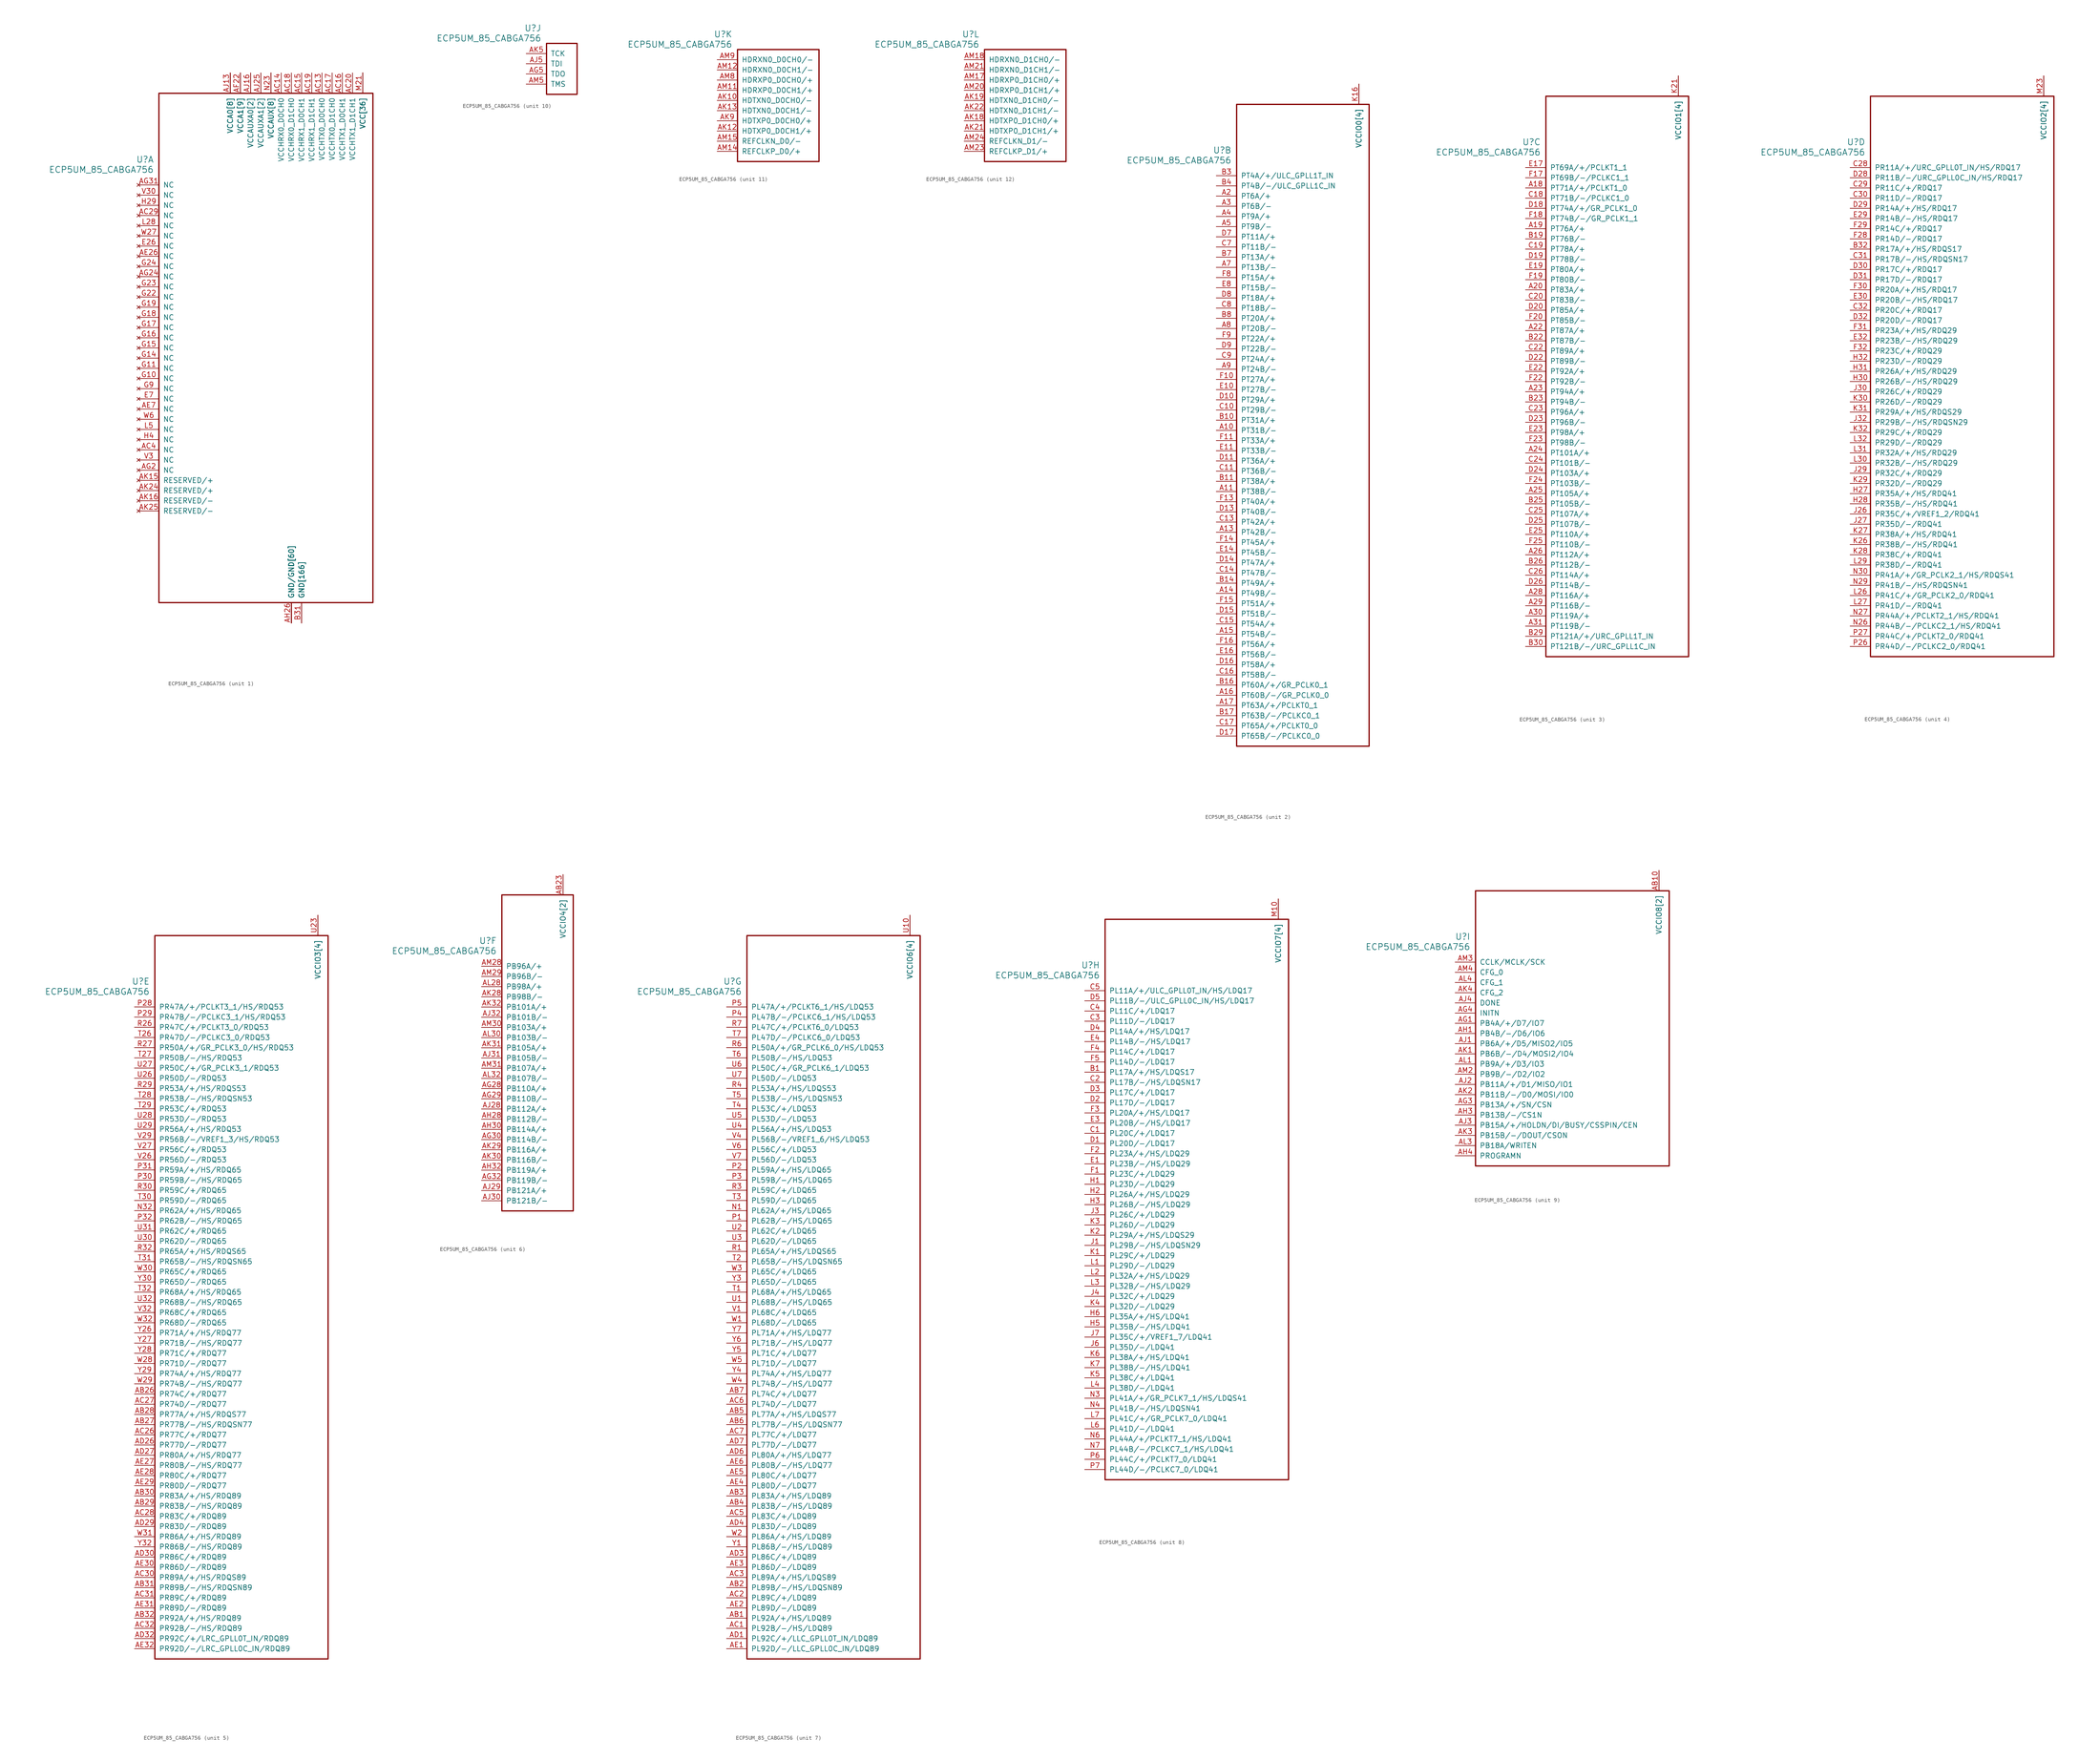
<source format=kicad_sym>
(kicad_symbol_lib
  (version 20231120)
  (generator "kicad_symbol_editor")
  (generator_version "8.0")
  (symbol "ECP5UM_85_CABGA756"
    (pin_names
      (offset 1.016))
    (property "Reference" "U"
      (at 3.81 6.35 0)
      (effects (font (size 1.524 1.524)) (justify right)))
    (property "Value" "ECP5UM_85_CABGA756"
      (at 3.81 3.81 0)
      (effects (font (size 1.524 1.524)) (justify right)))
    (property "ki_locked" ""
      (at 0 0 0)
      (effects (font (size 1.27 1.27))))
    (symbol "ECP5UM_85_CABGA756_1_1"
      (rectangle (start 5.08 22.86) (end 58.42 -104.14) (stroke (width 0.305) (type default)) (fill (type none)))
      (pin power_in line (at 40.64 -109.22 90) (length 5.08) (name "GND[166]" (effects (font (size 1.27 1.27)))) (number "AA11" (effects (font (size 0 0)))))
      (pin power_in line (at 55.88 27.94 270) (length 5.08) (name "VCC[36]" (effects (font (size 1.27 1.27)))) (number "AA12" (effects (font (size 0 0)))))
      (pin power_in line (at 55.88 27.94 270) (length 5.08) (name "VCC[36]" (effects (font (size 1.27 1.27)))) (number "AA13" (effects (font (size 0 0)))))
      (pin power_in line (at 55.88 27.94 270) (length 5.08) (name "VCC[36]" (effects (font (size 1.27 1.27)))) (number "AA14" (effects (font (size 0 0)))))
      (pin power_in line (at 55.88 27.94 270) (length 5.08) (name "VCC[36]" (effects (font (size 1.27 1.27)))) (number "AA15" (effects (font (size 0 0)))))
      (pin power_in line (at 55.88 27.94 270) (length 5.08) (name "VCC[36]" (effects (font (size 1.27 1.27)))) (number "AA16" (effects (font (size 0 0)))))
      (pin power_in line (at 55.88 27.94 270) (length 5.08) (name "VCC[36]" (effects (font (size 1.27 1.27)))) (number "AA17" (effects (font (size 0 0)))))
      (pin power_in line (at 55.88 27.94 270) (length 5.08) (name "VCC[36]" (effects (font (size 1.27 1.27)))) (number "AA18" (effects (font (size 0 0)))))
      (pin power_in line (at 55.88 27.94 270) (length 5.08) (name "VCC[36]" (effects (font (size 1.27 1.27)))) (number "AA19" (effects (font (size 0 0)))))
      (pin power_in line (at 55.88 27.94 270) (length 5.08) (name "VCC[36]" (effects (font (size 1.27 1.27)))) (number "AA20" (effects (font (size 0 0)))))
      (pin power_in line (at 55.88 27.94 270) (length 5.08) (name "VCC[36]" (effects (font (size 1.27 1.27)))) (number "AA21" (effects (font (size 0 0)))))
      (pin power_in line (at 40.64 -109.22 90) (length 5.08) (name "GND[166]" (effects (font (size 1.27 1.27)))) (number "AA22" (effects (font (size 0 0)))))
      (pin power_in line (at 40.64 -109.22 90) (length 5.08) (name "GND[166]" (effects (font (size 1.27 1.27)))) (number "AB11" (effects (font (size 0 0)))))
      (pin power_in line (at 40.64 -109.22 90) (length 5.08) (name "GND[166]" (effects (font (size 1.27 1.27)))) (number "AB12" (effects (font (size 0 0)))))
      (pin power_in line (at 40.64 -109.22 90) (length 5.08) (name "GND[166]" (effects (font (size 1.27 1.27)))) (number "AB13" (effects (font (size 0 0)))))
      (pin power_in line (at 40.64 -109.22 90) (length 5.08) (name "GND[166]" (effects (font (size 1.27 1.27)))) (number "AB14" (effects (font (size 0 0)))))
      (pin power_in line (at 40.64 -109.22 90) (length 5.08) (name "GND[166]" (effects (font (size 1.27 1.27)))) (number "AB15" (effects (font (size 0 0)))))
      (pin power_in line (at 40.64 -109.22 90) (length 5.08) (name "GND[166]" (effects (font (size 1.27 1.27)))) (number "AB16" (effects (font (size 0 0)))))
      (pin power_in line (at 40.64 -109.22 90) (length 5.08) (name "GND[166]" (effects (font (size 1.27 1.27)))) (number "AB17" (effects (font (size 0 0)))))
      (pin power_in line (at 40.64 -109.22 90) (length 5.08) (name "GND[166]" (effects (font (size 1.27 1.27)))) (number "AB18" (effects (font (size 0 0)))))
      (pin power_in line (at 40.64 -109.22 90) (length 5.08) (name "GND[166]" (effects (font (size 1.27 1.27)))) (number "AB19" (effects (font (size 0 0)))))
      (pin power_in line (at 40.64 -109.22 90) (length 5.08) (name "GND[166]" (effects (font (size 1.27 1.27)))) (number "AB20" (effects (font (size 0 0)))))
      (pin power_in line (at 40.64 -109.22 90) (length 5.08) (name "GND[166]" (effects (font (size 1.27 1.27)))) (number "AB21" (effects (font (size 0 0)))))
      (pin power_in line (at 40.64 -109.22 90) (length 5.08) (name "GND[166]" (effects (font (size 1.27 1.27)))) (number "AB22" (effects (font (size 0 0)))))
      (pin power_in line (at 33.02 27.94 270) (length 5.08) (name "VCCAUX[8]" (effects (font (size 1.27 1.27)))) (number "AC11" (effects (font (size 0 0)))))
      (pin power_in line (at 40.64 -109.22 90) (length 5.08) (name "GND[166]" (effects (font (size 1.27 1.27)))) (number "AC12" (effects (font (size 0 0)))))
      (pin power_in line (at 45.72 27.94 270) (length 5.08) (name "VCCHTX0_D0CH0" (effects (font (size 1.27 1.27)))) (number "AC13" (effects (font (size 1.27 1.27)))))
      (pin power_in line (at 35.56 27.94 270) (length 5.08) (name "VCCHRX0_D0CH0" (effects (font (size 1.27 1.27)))) (number "AC14" (effects (font (size 1.27 1.27)))))
      (pin power_in line (at 40.64 27.94 270) (length 5.08) (name "VCCHRX1_D0CH1" (effects (font (size 1.27 1.27)))) (number "AC15" (effects (font (size 1.27 1.27)))))
      (pin power_in line (at 50.8 27.94 270) (length 5.08) (name "VCCHTX1_D0CH1" (effects (font (size 1.27 1.27)))) (number "AC16" (effects (font (size 1.27 1.27)))))
      (pin power_in line (at 48.26 27.94 270) (length 5.08) (name "VCCHTX0_D1CH0" (effects (font (size 1.27 1.27)))) (number "AC17" (effects (font (size 1.27 1.27)))))
      (pin power_in line (at 38.1 27.94 270) (length 5.08) (name "VCCHRX0_D1CH0" (effects (font (size 1.27 1.27)))) (number "AC18" (effects (font (size 1.27 1.27)))))
      (pin power_in line (at 43.18 27.94 270) (length 5.08) (name "VCCHRX1_D1CH1" (effects (font (size 1.27 1.27)))) (number "AC19" (effects (font (size 1.27 1.27)))))
      (pin power_in line (at 53.34 27.94 270) (length 5.08) (name "VCCHTX1_D1CH1" (effects (font (size 1.27 1.27)))) (number "AC20" (effects (font (size 1.27 1.27)))))
      (pin power_in line (at 40.64 -109.22 90) (length 5.08) (name "GND[166]" (effects (font (size 1.27 1.27)))) (number "AC21" (effects (font (size 0 0)))))
      (pin power_in line (at 33.02 27.94 270) (length 5.08) (name "VCCAUX[8]" (effects (font (size 1.27 1.27)))) (number "AC22" (effects (font (size 0 0)))))
      (pin no_connect line (at 0 -7.62 0) (length 5.08) (name "NC" (effects (font (size 1.27 1.27)))) (number "AC29" (effects (font (size 1.27 1.27)))))
      (pin no_connect line (at 0 -66.04 0) (length 5.08) (name "NC" (effects (font (size 1.27 1.27)))) (number "AC4" (effects (font (size 1.27 1.27)))))
      (pin power_in line (at 40.64 -109.22 90) (length 5.08) (name "GND[166]" (effects (font (size 1.27 1.27)))) (number "AD2" (effects (font (size 0 0)))))
      (pin power_in line (at 40.64 -109.22 90) (length 5.08) (name "GND[166]" (effects (font (size 1.27 1.27)))) (number "AD28" (effects (font (size 0 0)))))
      (pin power_in line (at 40.64 -109.22 90) (length 5.08) (name "GND[166]" (effects (font (size 1.27 1.27)))) (number "AD31" (effects (font (size 0 0)))))
      (pin power_in line (at 40.64 -109.22 90) (length 5.08) (name "GND[166]" (effects (font (size 1.27 1.27)))) (number "AD5" (effects (font (size 0 0)))))
      (pin no_connect line (at 0 -17.78 0) (length 5.08) (name "NC" (effects (font (size 1.27 1.27)))) (number "AE26" (effects (font (size 1.27 1.27)))))
      (pin no_connect line (at 0 -55.88 0) (length 5.08) (name "NC" (effects (font (size 1.27 1.27)))) (number "AE7" (effects (font (size 1.27 1.27)))))
      (pin power_in line (at 38.1 -109.22 90) (length 5.08) (name "GND/GND[60]" (effects (font (size 1.27 1.27)))) (number "AF11" (effects (font (size 0 0)))))
      (pin power_in line (at 38.1 -109.22 90) (length 5.08) (name "GND/GND[60]" (effects (font (size 1.27 1.27)))) (number "AF12" (effects (font (size 0 0)))))
      (pin power_in line (at 38.1 -109.22 90) (length 5.08) (name "GND/GND[60]" (effects (font (size 1.27 1.27)))) (number "AF14" (effects (font (size 0 0)))))
      (pin power_in line (at 38.1 -109.22 90) (length 5.08) (name "GND/GND[60]" (effects (font (size 1.27 1.27)))) (number "AF15" (effects (font (size 0 0)))))
      (pin power_in line (at 38.1 -109.22 90) (length 5.08) (name "GND/GND[60]" (effects (font (size 1.27 1.27)))) (number "AF16" (effects (font (size 0 0)))))
      (pin power_in line (at 38.1 -109.22 90) (length 5.08) (name "GND/GND[60]" (effects (font (size 1.27 1.27)))) (number "AF17" (effects (font (size 0 0)))))
      (pin power_in line (at 38.1 -109.22 90) (length 5.08) (name "GND/GND[60]" (effects (font (size 1.27 1.27)))) (number "AF19" (effects (font (size 0 0)))))
      (pin power_in line (at 38.1 -109.22 90) (length 5.08) (name "GND/GND[60]" (effects (font (size 1.27 1.27)))) (number "AF20" (effects (font (size 0 0)))))
      (pin power_in line (at 25.4 27.94 270) (length 5.08) (name "VCCA1[9]" (effects (font (size 1.27 1.27)))) (number "AF22" (effects (font (size 1.27 1.27)))))
      (pin power_in line (at 38.1 -109.22 90) (length 5.08) (name "GND/GND[60]" (effects (font (size 1.27 1.27)))) (number "AF23" (effects (font (size 0 0)))))
      (pin power_in line (at 38.1 -109.22 90) (length 5.08) (name "GND/GND[60]" (effects (font (size 1.27 1.27)))) (number "AG11" (effects (font (size 0 0)))))
      (pin power_in line (at 22.86 27.94 270) (length 5.08) (name "VCCA0[8]" (effects (font (size 1.27 1.27)))) (number "AG12" (effects (font (size 0 0)))))
      (pin power_in line (at 38.1 -109.22 90) (length 5.08) (name "GND/GND[60]" (effects (font (size 1.27 1.27)))) (number "AG14" (effects (font (size 0 0)))))
      (pin power_in line (at 38.1 -109.22 90) (length 5.08) (name "GND/GND[60]" (effects (font (size 1.27 1.27)))) (number "AG15" (effects (font (size 0 0)))))
      (pin power_in line (at 38.1 -109.22 90) (length 5.08) (name "GND/GND[60]" (effects (font (size 1.27 1.27)))) (number "AG16" (effects (font (size 0 0)))))
      (pin power_in line (at 38.1 -109.22 90) (length 5.08) (name "GND/GND[60]" (effects (font (size 1.27 1.27)))) (number "AG17" (effects (font (size 0 0)))))
      (pin power_in line (at 25.4 27.94 270) (length 5.08) (name "VCCA1[9]" (effects (font (size 1.27 1.27)))) (number "AG19" (effects (font (size 0 0)))))
      (pin no_connect line (at 0 -71.12 0) (length 5.08) (name "NC" (effects (font (size 1.27 1.27)))) (number "AG2" (effects (font (size 1.27 1.27)))))
      (pin power_in line (at 38.1 -109.22 90) (length 5.08) (name "GND/GND[60]" (effects (font (size 1.27 1.27)))) (number "AG20" (effects (font (size 0 0)))))
      (pin power_in line (at 25.4 27.94 270) (length 5.08) (name "VCCA1[9]" (effects (font (size 1.27 1.27)))) (number "AG22" (effects (font (size 0 0)))))
      (pin power_in line (at 38.1 -109.22 90) (length 5.08) (name "GND/GND[60]" (effects (font (size 1.27 1.27)))) (number "AG23" (effects (font (size 0 0)))))
      (pin no_connect line (at 0 -22.86 0) (length 5.08) (name "NC" (effects (font (size 1.27 1.27)))) (number "AG24" (effects (font (size 1.27 1.27)))))
      (pin no_connect line (at 0 0 0) (length 5.08) (name "NC" (effects (font (size 1.27 1.27)))) (number "AG31" (effects (font (size 1.27 1.27)))))
      (pin power_in line (at 22.86 27.94 270) (length 5.08) (name "VCCA0[8]" (effects (font (size 1.27 1.27)))) (number "AG9" (effects (font (size 0 0)))))
      (pin power_in line (at 38.1 -109.22 90) (length 5.08) (name "GND/GND[60]" (effects (font (size 1.27 1.27)))) (number "AH11" (effects (font (size 0 0)))))
      (pin power_in line (at 22.86 27.94 270) (length 5.08) (name "VCCA0[8]" (effects (font (size 1.27 1.27)))) (number "AH12" (effects (font (size 0 0)))))
      (pin power_in line (at 38.1 -109.22 90) (length 5.08) (name "GND/GND[60]" (effects (font (size 1.27 1.27)))) (number "AH14" (effects (font (size 0 0)))))
      (pin power_in line (at 38.1 -109.22 90) (length 5.08) (name "GND/GND[60]" (effects (font (size 1.27 1.27)))) (number "AH15" (effects (font (size 0 0)))))
      (pin power_in line (at 38.1 -109.22 90) (length 5.08) (name "GND/GND[60]" (effects (font (size 1.27 1.27)))) (number "AH16" (effects (font (size 0 0)))))
      (pin power_in line (at 38.1 -109.22 90) (length 5.08) (name "GND/GND[60]" (effects (font (size 1.27 1.27)))) (number "AH17" (effects (font (size 0 0)))))
      (pin power_in line (at 25.4 27.94 270) (length 5.08) (name "VCCA1[9]" (effects (font (size 1.27 1.27)))) (number "AH19" (effects (font (size 0 0)))))
      (pin power_in line (at 40.64 -109.22 90) (length 5.08) (name "GND[166]" (effects (font (size 1.27 1.27)))) (number "AH2" (effects (font (size 0 0)))))
      (pin power_in line (at 38.1 -109.22 90) (length 5.08) (name "GND/GND[60]" (effects (font (size 1.27 1.27)))) (number "AH20" (effects (font (size 0 0)))))
      (pin power_in line (at 25.4 27.94 270) (length 5.08) (name "VCCA1[9]" (effects (font (size 1.27 1.27)))) (number "AH22" (effects (font (size 0 0)))))
      (pin power_in line (at 38.1 -109.22 90) (length 5.08) (name "GND/GND[60]" (effects (font (size 1.27 1.27)))) (number "AH23" (effects (font (size 0 0)))))
      (pin power_in line (at 38.1 -109.22 90) (length 5.08) (name "GND/GND[60]" (effects (font (size 1.27 1.27)))) (number "AH24" (effects (font (size 0 0)))))
      (pin power_in line (at 38.1 -109.22 90) (length 5.08) (name "GND/GND[60]" (effects (font (size 1.27 1.27)))) (number "AH25" (effects (font (size 0 0)))))
      (pin power_in line (at 38.1 -109.22 90) (length 5.08) (name "GND/GND[60]" (effects (font (size 1.27 1.27)))) (number "AH26" (effects (font (size 1.27 1.27)))))
      (pin power_in line (at 40.64 -109.22 90) (length 5.08) (name "GND[166]" (effects (font (size 1.27 1.27)))) (number "AH29" (effects (font (size 0 0)))))
      (pin power_in line (at 40.64 -109.22 90) (length 5.08) (name "GND[166]" (effects (font (size 1.27 1.27)))) (number "AH31" (effects (font (size 0 0)))))
      (pin power_in line (at 40.64 -109.22 90) (length 5.08) (name "GND[166]" (effects (font (size 1.27 1.27)))) (number "AH5" (effects (font (size 0 0)))))
      (pin power_in line (at 38.1 -109.22 90) (length 5.08) (name "GND/GND[60]" (effects (font (size 1.27 1.27)))) (number "AH7" (effects (font (size 0 0)))))
      (pin power_in line (at 38.1 -109.22 90) (length 5.08) (name "GND/GND[60]" (effects (font (size 1.27 1.27)))) (number "AH8" (effects (font (size 0 0)))))
      (pin power_in line (at 22.86 27.94 270) (length 5.08) (name "VCCA0[8]" (effects (font (size 1.27 1.27)))) (number "AH9" (effects (font (size 0 0)))))
      (pin power_in line (at 22.86 27.94 270) (length 5.08) (name "VCCA0[8]" (effects (font (size 1.27 1.27)))) (number "AJ10" (effects (font (size 0 0)))))
      (pin power_in line (at 38.1 -109.22 90) (length 5.08) (name "GND/GND[60]" (effects (font (size 1.27 1.27)))) (number "AJ11" (effects (font (size 0 0)))))
      (pin power_in line (at 22.86 27.94 270) (length 5.08) (name "VCCA0[8]" (effects (font (size 1.27 1.27)))) (number "AJ12" (effects (font (size 0 0)))))
      (pin power_in line (at 22.86 27.94 270) (length 5.08) (name "VCCA0[8]" (effects (font (size 1.27 1.27)))) (number "AJ13" (effects (font (size 1.27 1.27)))))
      (pin power_in line (at 38.1 -109.22 90) (length 5.08) (name "GND/GND[60]" (effects (font (size 1.27 1.27)))) (number "AJ14" (effects (font (size 0 0)))))
      (pin power_in line (at 27.94 27.94 270) (length 5.08) (name "VCCAUXA0[2]" (effects (font (size 1.27 1.27)))) (number "AJ15" (effects (font (size 0 0)))))
      (pin power_in line (at 27.94 27.94 270) (length 5.08) (name "VCCAUXA0[2]" (effects (font (size 1.27 1.27)))) (number "AJ16" (effects (font (size 1.27 1.27)))))
      (pin power_in line (at 38.1 -109.22 90) (length 5.08) (name "GND/GND[60]" (effects (font (size 1.27 1.27)))) (number "AJ17" (effects (font (size 0 0)))))
      (pin power_in line (at 25.4 27.94 270) (length 5.08) (name "VCCA1[9]" (effects (font (size 1.27 1.27)))) (number "AJ18" (effects (font (size 0 0)))))
      (pin power_in line (at 25.4 27.94 270) (length 5.08) (name "VCCA1[9]" (effects (font (size 1.27 1.27)))) (number "AJ19" (effects (font (size 0 0)))))
      (pin power_in line (at 38.1 -109.22 90) (length 5.08) (name "GND/GND[60]" (effects (font (size 1.27 1.27)))) (number "AJ20" (effects (font (size 0 0)))))
      (pin power_in line (at 25.4 27.94 270) (length 5.08) (name "VCCA1[9]" (effects (font (size 1.27 1.27)))) (number "AJ21" (effects (font (size 0 0)))))
      (pin power_in line (at 25.4 27.94 270) (length 5.08) (name "VCCA1[9]" (effects (font (size 1.27 1.27)))) (number "AJ22" (effects (font (size 0 0)))))
      (pin power_in line (at 38.1 -109.22 90) (length 5.08) (name "GND/GND[60]" (effects (font (size 1.27 1.27)))) (number "AJ23" (effects (font (size 0 0)))))
      (pin power_in line (at 30.48 27.94 270) (length 5.08) (name "VCCAUXA1[2]" (effects (font (size 1.27 1.27)))) (number "AJ24" (effects (font (size 0 0)))))
      (pin power_in line (at 30.48 27.94 270) (length 5.08) (name "VCCAUXA1[2]" (effects (font (size 1.27 1.27)))) (number "AJ25" (effects (font (size 1.27 1.27)))))
      (pin power_in line (at 38.1 -109.22 90) (length 5.08) (name "GND/GND[60]" (effects (font (size 1.27 1.27)))) (number "AJ26" (effects (font (size 0 0)))))
      (pin power_in line (at 38.1 -109.22 90) (length 5.08) (name "GND/GND[60]" (effects (font (size 1.27 1.27)))) (number "AJ7" (effects (font (size 0 0)))))
      (pin power_in line (at 38.1 -109.22 90) (length 5.08) (name "GND/GND[60]" (effects (font (size 1.27 1.27)))) (number "AJ8" (effects (font (size 0 0)))))
      (pin power_in line (at 22.86 27.94 270) (length 5.08) (name "VCCA0[8]" (effects (font (size 1.27 1.27)))) (number "AJ9" (effects (font (size 0 0)))))
      (pin power_in line (at 38.1 -109.22 90) (length 5.08) (name "GND/GND[60]" (effects (font (size 1.27 1.27)))) (number "AK11" (effects (font (size 0 0)))))
      (pin power_in line (at 38.1 -109.22 90) (length 5.08) (name "GND/GND[60]" (effects (font (size 1.27 1.27)))) (number "AK14" (effects (font (size 0 0)))))
      (pin no_connect line (at 0 -73.66 0) (length 5.08) (name "RESERVED/+" (effects (font (size 1.27 1.27)))) (number "AK15" (effects (font (size 1.27 1.27)))))
      (pin no_connect line (at 0 -78.74 0) (length 5.08) (name "RESERVED/-" (effects (font (size 1.27 1.27)))) (number "AK16" (effects (font (size 1.27 1.27)))))
      (pin power_in line (at 38.1 -109.22 90) (length 5.08) (name "GND/GND[60]" (effects (font (size 1.27 1.27)))) (number "AK17" (effects (font (size 0 0)))))
      (pin power_in line (at 38.1 -109.22 90) (length 5.08) (name "GND/GND[60]" (effects (font (size 1.27 1.27)))) (number "AK20" (effects (font (size 0 0)))))
      (pin power_in line (at 38.1 -109.22 90) (length 5.08) (name "GND/GND[60]" (effects (font (size 1.27 1.27)))) (number "AK23" (effects (font (size 0 0)))))
      (pin no_connect line (at 0 -76.2 0) (length 5.08) (name "RESERVED/+" (effects (font (size 1.27 1.27)))) (number "AK24" (effects (font (size 1.27 1.27)))))
      (pin no_connect line (at 0 -81.28 0) (length 5.08) (name "RESERVED/-" (effects (font (size 1.27 1.27)))) (number "AK25" (effects (font (size 1.27 1.27)))))
      (pin power_in line (at 38.1 -109.22 90) (length 5.08) (name "GND/GND[60]" (effects (font (size 1.27 1.27)))) (number "AK26" (effects (font (size 0 0)))))
      (pin power_in line (at 38.1 -109.22 90) (length 5.08) (name "GND/GND[60]" (effects (font (size 1.27 1.27)))) (number "AK7" (effects (font (size 0 0)))))
      (pin power_in line (at 38.1 -109.22 90) (length 5.08) (name "GND/GND[60]" (effects (font (size 1.27 1.27)))) (number "AK8" (effects (font (size 0 0)))))
      (pin power_in line (at 38.1 -109.22 90) (length 5.08) (name "GND/GND[60]" (effects (font (size 1.27 1.27)))) (number "AL11" (effects (font (size 0 0)))))
      (pin power_in line (at 38.1 -109.22 90) (length 5.08) (name "GND/GND[60]" (effects (font (size 1.27 1.27)))) (number "AL12" (effects (font (size 0 0)))))
      (pin power_in line (at 38.1 -109.22 90) (length 5.08) (name "GND/GND[60]" (effects (font (size 1.27 1.27)))) (number "AL14" (effects (font (size 0 0)))))
      (pin power_in line (at 38.1 -109.22 90) (length 5.08) (name "GND/GND[60]" (effects (font (size 1.27 1.27)))) (number "AL15" (effects (font (size 0 0)))))
      (pin power_in line (at 38.1 -109.22 90) (length 5.08) (name "GND/GND[60]" (effects (font (size 1.27 1.27)))) (number "AL17" (effects (font (size 0 0)))))
      (pin power_in line (at 38.1 -109.22 90) (length 5.08) (name "GND/GND[60]" (effects (font (size 1.27 1.27)))) (number "AL18" (effects (font (size 0 0)))))
      (pin power_in line (at 40.64 -109.22 90) (length 5.08) (name "GND[166]" (effects (font (size 1.27 1.27)))) (number "AL2" (effects (font (size 0 0)))))
      (pin power_in line (at 38.1 -109.22 90) (length 5.08) (name "GND/GND[60]" (effects (font (size 1.27 1.27)))) (number "AL20" (effects (font (size 0 0)))))
      (pin power_in line (at 38.1 -109.22 90) (length 5.08) (name "GND/GND[60]" (effects (font (size 1.27 1.27)))) (number "AL21" (effects (font (size 0 0)))))
      (pin power_in line (at 38.1 -109.22 90) (length 5.08) (name "GND/GND[60]" (effects (font (size 1.27 1.27)))) (number "AL23" (effects (font (size 0 0)))))
      (pin power_in line (at 38.1 -109.22 90) (length 5.08) (name "GND/GND[60]" (effects (font (size 1.27 1.27)))) (number "AL24" (effects (font (size 0 0)))))
      (pin power_in line (at 38.1 -109.22 90) (length 5.08) (name "GND/GND[60]" (effects (font (size 1.27 1.27)))) (number "AL26" (effects (font (size 0 0)))))
      (pin power_in line (at 40.64 -109.22 90) (length 5.08) (name "GND[166]" (effects (font (size 1.27 1.27)))) (number "AL29" (effects (font (size 0 0)))))
      (pin power_in line (at 40.64 -109.22 90) (length 5.08) (name "GND[166]" (effects (font (size 1.27 1.27)))) (number "AL31" (effects (font (size 0 0)))))
      (pin power_in line (at 40.64 -109.22 90) (length 5.08) (name "GND[166]" (effects (font (size 1.27 1.27)))) (number "AL5" (effects (font (size 0 0)))))
      (pin power_in line (at 38.1 -109.22 90) (length 5.08) (name "GND/GND[60]" (effects (font (size 1.27 1.27)))) (number "AL7" (effects (font (size 0 0)))))
      (pin power_in line (at 38.1 -109.22 90) (length 5.08) (name "GND/GND[60]" (effects (font (size 1.27 1.27)))) (number "AL8" (effects (font (size 0 0)))))
      (pin power_in line (at 38.1 -109.22 90) (length 5.08) (name "GND/GND[60]" (effects (font (size 1.27 1.27)))) (number "AL9" (effects (font (size 0 0)))))
      (pin power_in line (at 38.1 -109.22 90) (length 5.08) (name "GND/GND[60]" (effects (font (size 1.27 1.27)))) (number "AM26" (effects (font (size 0 0)))))
      (pin power_in line (at 38.1 -109.22 90) (length 5.08) (name "GND/GND[60]" (effects (font (size 1.27 1.27)))) (number "AM7" (effects (font (size 0 0)))))
      (pin power_in line (at 40.64 -109.22 90) (length 5.08) (name "GND[166]" (effects (font (size 1.27 1.27)))) (number "B13" (effects (font (size 0 0)))))
      (pin power_in line (at 40.64 -109.22 90) (length 5.08) (name "GND[166]" (effects (font (size 1.27 1.27)))) (number "B15" (effects (font (size 0 0)))))
      (pin power_in line (at 40.64 -109.22 90) (length 5.08) (name "GND[166]" (effects (font (size 1.27 1.27)))) (number "B18" (effects (font (size 0 0)))))
      (pin power_in line (at 40.64 -109.22 90) (length 5.08) (name "GND[166]" (effects (font (size 1.27 1.27)))) (number "B2" (effects (font (size 0 0)))))
      (pin power_in line (at 40.64 -109.22 90) (length 5.08) (name "GND[166]" (effects (font (size 1.27 1.27)))) (number "B20" (effects (font (size 0 0)))))
      (pin power_in line (at 40.64 -109.22 90) (length 5.08) (name "GND[166]" (effects (font (size 1.27 1.27)))) (number "B24" (effects (font (size 0 0)))))
      (pin power_in line (at 40.64 -109.22 90) (length 5.08) (name "GND[166]" (effects (font (size 1.27 1.27)))) (number "B28" (effects (font (size 0 0)))))
      (pin power_in line (at 40.64 -109.22 90) (length 5.08) (name "GND[166]" (effects (font (size 1.27 1.27)))) (number "B31" (effects (font (size 1.27 1.27)))))
      (pin power_in line (at 40.64 -109.22 90) (length 5.08) (name "GND[166]" (effects (font (size 1.27 1.27)))) (number "B5" (effects (font (size 0 0)))))
      (pin power_in line (at 40.64 -109.22 90) (length 5.08) (name "GND[166]" (effects (font (size 1.27 1.27)))) (number "B9" (effects (font (size 0 0)))))
      (pin power_in line (at 40.64 -109.22 90) (length 5.08) (name "GND[166]" (effects (font (size 1.27 1.27)))) (number "E13" (effects (font (size 0 0)))))
      (pin power_in line (at 40.64 -109.22 90) (length 5.08) (name "GND[166]" (effects (font (size 1.27 1.27)))) (number "E15" (effects (font (size 0 0)))))
      (pin power_in line (at 40.64 -109.22 90) (length 5.08) (name "GND[166]" (effects (font (size 1.27 1.27)))) (number "E18" (effects (font (size 0 0)))))
      (pin power_in line (at 40.64 -109.22 90) (length 5.08) (name "GND[166]" (effects (font (size 1.27 1.27)))) (number "E2" (effects (font (size 0 0)))))
      (pin power_in line (at 40.64 -109.22 90) (length 5.08) (name "GND[166]" (effects (font (size 1.27 1.27)))) (number "E20" (effects (font (size 0 0)))))
      (pin power_in line (at 40.64 -109.22 90) (length 5.08) (name "GND[166]" (effects (font (size 1.27 1.27)))) (number "E24" (effects (font (size 0 0)))))
      (pin no_connect line (at 0 -15.24 0) (length 5.08) (name "NC" (effects (font (size 1.27 1.27)))) (number "E26" (effects (font (size 1.27 1.27)))))
      (pin power_in line (at 40.64 -109.22 90) (length 5.08) (name "GND[166]" (effects (font (size 1.27 1.27)))) (number "E28" (effects (font (size 0 0)))))
      (pin power_in line (at 40.64 -109.22 90) (length 5.08) (name "GND[166]" (effects (font (size 1.27 1.27)))) (number "E31" (effects (font (size 0 0)))))
      (pin power_in line (at 40.64 -109.22 90) (length 5.08) (name "GND[166]" (effects (font (size 1.27 1.27)))) (number "E5" (effects (font (size 0 0)))))
      (pin no_connect line (at 0 -53.34 0) (length 5.08) (name "NC" (effects (font (size 1.27 1.27)))) (number "E7" (effects (font (size 1.27 1.27)))))
      (pin power_in line (at 40.64 -109.22 90) (length 5.08) (name "GND[166]" (effects (font (size 1.27 1.27)))) (number "E9" (effects (font (size 0 0)))))
      (pin no_connect line (at 0 -48.26 0) (length 5.08) (name "NC" (effects (font (size 1.27 1.27)))) (number "G10" (effects (font (size 1.27 1.27)))))
      (pin no_connect line (at 0 -45.72 0) (length 5.08) (name "NC" (effects (font (size 1.27 1.27)))) (number "G11" (effects (font (size 1.27 1.27)))))
      (pin no_connect line (at 0 -43.18 0) (length 5.08) (name "NC" (effects (font (size 1.27 1.27)))) (number "G14" (effects (font (size 1.27 1.27)))))
      (pin no_connect line (at 0 -40.64 0) (length 5.08) (name "NC" (effects (font (size 1.27 1.27)))) (number "G15" (effects (font (size 1.27 1.27)))))
      (pin no_connect line (at 0 -38.1 0) (length 5.08) (name "NC" (effects (font (size 1.27 1.27)))) (number "G16" (effects (font (size 1.27 1.27)))))
      (pin no_connect line (at 0 -35.56 0) (length 5.08) (name "NC" (effects (font (size 1.27 1.27)))) (number "G17" (effects (font (size 1.27 1.27)))))
      (pin no_connect line (at 0 -33.02 0) (length 5.08) (name "NC" (effects (font (size 1.27 1.27)))) (number "G18" (effects (font (size 1.27 1.27)))))
      (pin no_connect line (at 0 -30.48 0) (length 5.08) (name "NC" (effects (font (size 1.27 1.27)))) (number "G19" (effects (font (size 1.27 1.27)))))
      (pin no_connect line (at 0 -27.94 0) (length 5.08) (name "NC" (effects (font (size 1.27 1.27)))) (number "G22" (effects (font (size 1.27 1.27)))))
      (pin no_connect line (at 0 -25.4 0) (length 5.08) (name "NC" (effects (font (size 1.27 1.27)))) (number "G23" (effects (font (size 1.27 1.27)))))
      (pin no_connect line (at 0 -20.32 0) (length 5.08) (name "NC" (effects (font (size 1.27 1.27)))) (number "G24" (effects (font (size 1.27 1.27)))))
      (pin no_connect line (at 0 -50.8 0) (length 5.08) (name "NC" (effects (font (size 1.27 1.27)))) (number "G9" (effects (font (size 1.27 1.27)))))
      (pin no_connect line (at 0 -5.08 0) (length 5.08) (name "NC" (effects (font (size 1.27 1.27)))) (number "H29" (effects (font (size 1.27 1.27)))))
      (pin no_connect line (at 0 -63.5 0) (length 5.08) (name "NC" (effects (font (size 1.27 1.27)))) (number "H4" (effects (font (size 1.27 1.27)))))
      (pin power_in line (at 40.64 -109.22 90) (length 5.08) (name "GND[166]" (effects (font (size 1.27 1.27)))) (number "J2" (effects (font (size 0 0)))))
      (pin power_in line (at 40.64 -109.22 90) (length 5.08) (name "GND[166]" (effects (font (size 1.27 1.27)))) (number "J28" (effects (font (size 0 0)))))
      (pin power_in line (at 40.64 -109.22 90) (length 5.08) (name "GND[166]" (effects (font (size 1.27 1.27)))) (number "J31" (effects (font (size 0 0)))))
      (pin power_in line (at 40.64 -109.22 90) (length 5.08) (name "GND[166]" (effects (font (size 1.27 1.27)))) (number "J5" (effects (font (size 0 0)))))
      (pin power_in line (at 40.64 -109.22 90) (length 5.08) (name "GND[166]" (effects (font (size 1.27 1.27)))) (number "K10" (effects (font (size 0 0)))))
      (pin power_in line (at 40.64 -109.22 90) (length 5.08) (name "GND[166]" (effects (font (size 1.27 1.27)))) (number "K11" (effects (font (size 0 0)))))
      (pin power_in line (at 33.02 27.94 270) (length 5.08) (name "VCCAUX[8]" (effects (font (size 1.27 1.27)))) (number "K13" (effects (font (size 0 0)))))
      (pin power_in line (at 33.02 27.94 270) (length 5.08) (name "VCCAUX[8]" (effects (font (size 1.27 1.27)))) (number "K20" (effects (font (size 0 0)))))
      (pin power_in line (at 40.64 -109.22 90) (length 5.08) (name "GND[166]" (effects (font (size 1.27 1.27)))) (number "K22" (effects (font (size 0 0)))))
      (pin power_in line (at 40.64 -109.22 90) (length 5.08) (name "GND[166]" (effects (font (size 1.27 1.27)))) (number "K23" (effects (font (size 0 0)))))
      (pin power_in line (at 40.64 -109.22 90) (length 5.08) (name "GND[166]" (effects (font (size 1.27 1.27)))) (number "L10" (effects (font (size 0 0)))))
      (pin power_in line (at 40.64 -109.22 90) (length 5.08) (name "GND[166]" (effects (font (size 1.27 1.27)))) (number "L11" (effects (font (size 0 0)))))
      (pin power_in line (at 40.64 -109.22 90) (length 5.08) (name "GND[166]" (effects (font (size 1.27 1.27)))) (number "L12" (effects (font (size 0 0)))))
      (pin power_in line (at 40.64 -109.22 90) (length 5.08) (name "GND[166]" (effects (font (size 1.27 1.27)))) (number "L13" (effects (font (size 0 0)))))
      (pin power_in line (at 40.64 -109.22 90) (length 5.08) (name "GND[166]" (effects (font (size 1.27 1.27)))) (number "L14" (effects (font (size 0 0)))))
      (pin power_in line (at 40.64 -109.22 90) (length 5.08) (name "GND[166]" (effects (font (size 1.27 1.27)))) (number "L15" (effects (font (size 0 0)))))
      (pin power_in line (at 40.64 -109.22 90) (length 5.08) (name "GND[166]" (effects (font (size 1.27 1.27)))) (number "L16" (effects (font (size 0 0)))))
      (pin power_in line (at 40.64 -109.22 90) (length 5.08) (name "GND[166]" (effects (font (size 1.27 1.27)))) (number "L17" (effects (font (size 0 0)))))
      (pin power_in line (at 40.64 -109.22 90) (length 5.08) (name "GND[166]" (effects (font (size 1.27 1.27)))) (number "L18" (effects (font (size 0 0)))))
      (pin power_in line (at 40.64 -109.22 90) (length 5.08) (name "GND[166]" (effects (font (size 1.27 1.27)))) (number "L19" (effects (font (size 0 0)))))
      (pin power_in line (at 40.64 -109.22 90) (length 5.08) (name "GND[166]" (effects (font (size 1.27 1.27)))) (number "L20" (effects (font (size 0 0)))))
      (pin power_in line (at 40.64 -109.22 90) (length 5.08) (name "GND[166]" (effects (font (size 1.27 1.27)))) (number "L21" (effects (font (size 0 0)))))
      (pin power_in line (at 40.64 -109.22 90) (length 5.08) (name "GND[166]" (effects (font (size 1.27 1.27)))) (number "L22" (effects (font (size 0 0)))))
      (pin power_in line (at 40.64 -109.22 90) (length 5.08) (name "GND[166]" (effects (font (size 1.27 1.27)))) (number "L23" (effects (font (size 0 0)))))
      (pin no_connect line (at 0 -10.16 0) (length 5.08) (name "NC" (effects (font (size 1.27 1.27)))) (number "L28" (effects (font (size 1.27 1.27)))))
      (pin no_connect line (at 0 -60.96 0) (length 5.08) (name "NC" (effects (font (size 1.27 1.27)))) (number "L5" (effects (font (size 1.27 1.27)))))
      (pin power_in line (at 40.64 -109.22 90) (length 5.08) (name "GND[166]" (effects (font (size 1.27 1.27)))) (number "M11" (effects (font (size 0 0)))))
      (pin power_in line (at 55.88 27.94 270) (length 5.08) (name "VCC[36]" (effects (font (size 1.27 1.27)))) (number "M12" (effects (font (size 0 0)))))
      (pin power_in line (at 55.88 27.94 270) (length 5.08) (name "VCC[36]" (effects (font (size 1.27 1.27)))) (number "M13" (effects (font (size 0 0)))))
      (pin power_in line (at 55.88 27.94 270) (length 5.08) (name "VCC[36]" (effects (font (size 1.27 1.27)))) (number "M14" (effects (font (size 0 0)))))
      (pin power_in line (at 55.88 27.94 270) (length 5.08) (name "VCC[36]" (effects (font (size 1.27 1.27)))) (number "M15" (effects (font (size 0 0)))))
      (pin power_in line (at 55.88 27.94 270) (length 5.08) (name "VCC[36]" (effects (font (size 1.27 1.27)))) (number "M16" (effects (font (size 0 0)))))
      (pin power_in line (at 55.88 27.94 270) (length 5.08) (name "VCC[36]" (effects (font (size 1.27 1.27)))) (number "M17" (effects (font (size 0 0)))))
      (pin power_in line (at 55.88 27.94 270) (length 5.08) (name "VCC[36]" (effects (font (size 1.27 1.27)))) (number "M18" (effects (font (size 0 0)))))
      (pin power_in line (at 55.88 27.94 270) (length 5.08) (name "VCC[36]" (effects (font (size 1.27 1.27)))) (number "M19" (effects (font (size 0 0)))))
      (pin power_in line (at 55.88 27.94 270) (length 5.08) (name "VCC[36]" (effects (font (size 1.27 1.27)))) (number "M20" (effects (font (size 0 0)))))
      (pin power_in line (at 55.88 27.94 270) (length 5.08) (name "VCC[36]" (effects (font (size 1.27 1.27)))) (number "M21" (effects (font (size 1.27 1.27)))))
      (pin power_in line (at 40.64 -109.22 90) (length 5.08) (name "GND[166]" (effects (font (size 1.27 1.27)))) (number "M22" (effects (font (size 0 0)))))
      (pin power_in line (at 33.02 27.94 270) (length 5.08) (name "VCCAUX[8]" (effects (font (size 1.27 1.27)))) (number "N10" (effects (font (size 0 0)))))
      (pin power_in line (at 40.64 -109.22 90) (length 5.08) (name "GND[166]" (effects (font (size 1.27 1.27)))) (number "N11" (effects (font (size 0 0)))))
      (pin power_in line (at 55.88 27.94 270) (length 5.08) (name "VCC[36]" (effects (font (size 1.27 1.27)))) (number "N12" (effects (font (size 0 0)))))
      (pin power_in line (at 40.64 -109.22 90) (length 5.08) (name "GND[166]" (effects (font (size 1.27 1.27)))) (number "N13" (effects (font (size 0 0)))))
      (pin power_in line (at 40.64 -109.22 90) (length 5.08) (name "GND[166]" (effects (font (size 1.27 1.27)))) (number "N14" (effects (font (size 0 0)))))
      (pin power_in line (at 40.64 -109.22 90) (length 5.08) (name "GND[166]" (effects (font (size 1.27 1.27)))) (number "N15" (effects (font (size 0 0)))))
      (pin power_in line (at 40.64 -109.22 90) (length 5.08) (name "GND[166]" (effects (font (size 1.27 1.27)))) (number "N16" (effects (font (size 0 0)))))
      (pin power_in line (at 40.64 -109.22 90) (length 5.08) (name "GND[166]" (effects (font (size 1.27 1.27)))) (number "N17" (effects (font (size 0 0)))))
      (pin power_in line (at 40.64 -109.22 90) (length 5.08) (name "GND[166]" (effects (font (size 1.27 1.27)))) (number "N18" (effects (font (size 0 0)))))
      (pin power_in line (at 40.64 -109.22 90) (length 5.08) (name "GND[166]" (effects (font (size 1.27 1.27)))) (number "N19" (effects (font (size 0 0)))))
      (pin power_in line (at 40.64 -109.22 90) (length 5.08) (name "GND[166]" (effects (font (size 1.27 1.27)))) (number "N2" (effects (font (size 0 0)))))
      (pin power_in line (at 40.64 -109.22 90) (length 5.08) (name "GND[166]" (effects (font (size 1.27 1.27)))) (number "N20" (effects (font (size 0 0)))))
      (pin power_in line (at 55.88 27.94 270) (length 5.08) (name "VCC[36]" (effects (font (size 1.27 1.27)))) (number "N21" (effects (font (size 0 0)))))
      (pin power_in line (at 40.64 -109.22 90) (length 5.08) (name "GND[166]" (effects (font (size 1.27 1.27)))) (number "N22" (effects (font (size 0 0)))))
      (pin power_in line (at 33.02 27.94 270) (length 5.08) (name "VCCAUX[8]" (effects (font (size 1.27 1.27)))) (number "N23" (effects (font (size 1.27 1.27)))))
      (pin power_in line (at 40.64 -109.22 90) (length 5.08) (name "GND[166]" (effects (font (size 1.27 1.27)))) (number "N28" (effects (font (size 0 0)))))
      (pin power_in line (at 40.64 -109.22 90) (length 5.08) (name "GND[166]" (effects (font (size 1.27 1.27)))) (number "N31" (effects (font (size 0 0)))))
      (pin power_in line (at 40.64 -109.22 90) (length 5.08) (name "GND[166]" (effects (font (size 1.27 1.27)))) (number "N5" (effects (font (size 0 0)))))
      (pin power_in line (at 40.64 -109.22 90) (length 5.08) (name "GND[166]" (effects (font (size 1.27 1.27)))) (number "P11" (effects (font (size 0 0)))))
      (pin power_in line (at 55.88 27.94 270) (length 5.08) (name "VCC[36]" (effects (font (size 1.27 1.27)))) (number "P12" (effects (font (size 0 0)))))
      (pin power_in line (at 40.64 -109.22 90) (length 5.08) (name "GND[166]" (effects (font (size 1.27 1.27)))) (number "P13" (effects (font (size 0 0)))))
      (pin power_in line (at 40.64 -109.22 90) (length 5.08) (name "GND[166]" (effects (font (size 1.27 1.27)))) (number "P14" (effects (font (size 0 0)))))
      (pin power_in line (at 40.64 -109.22 90) (length 5.08) (name "GND[166]" (effects (font (size 1.27 1.27)))) (number "P15" (effects (font (size 0 0)))))
      (pin power_in line (at 40.64 -109.22 90) (length 5.08) (name "GND[166]" (effects (font (size 1.27 1.27)))) (number "P16" (effects (font (size 0 0)))))
      (pin power_in line (at 40.64 -109.22 90) (length 5.08) (name "GND[166]" (effects (font (size 1.27 1.27)))) (number "P17" (effects (font (size 0 0)))))
      (pin power_in line (at 40.64 -109.22 90) (length 5.08) (name "GND[166]" (effects (font (size 1.27 1.27)))) (number "P18" (effects (font (size 0 0)))))
      (pin power_in line (at 40.64 -109.22 90) (length 5.08) (name "GND[166]" (effects (font (size 1.27 1.27)))) (number "P19" (effects (font (size 0 0)))))
      (pin power_in line (at 40.64 -109.22 90) (length 5.08) (name "GND[166]" (effects (font (size 1.27 1.27)))) (number "P20" (effects (font (size 0 0)))))
      (pin power_in line (at 55.88 27.94 270) (length 5.08) (name "VCC[36]" (effects (font (size 1.27 1.27)))) (number "P21" (effects (font (size 0 0)))))
      (pin power_in line (at 40.64 -109.22 90) (length 5.08) (name "GND[166]" (effects (font (size 1.27 1.27)))) (number "P22" (effects (font (size 0 0)))))
      (pin power_in line (at 40.64 -109.22 90) (length 5.08) (name "GND[166]" (effects (font (size 1.27 1.27)))) (number "R11" (effects (font (size 0 0)))))
      (pin power_in line (at 55.88 27.94 270) (length 5.08) (name "VCC[36]" (effects (font (size 1.27 1.27)))) (number "R12" (effects (font (size 0 0)))))
      (pin power_in line (at 40.64 -109.22 90) (length 5.08) (name "GND[166]" (effects (font (size 1.27 1.27)))) (number "R13" (effects (font (size 0 0)))))
      (pin power_in line (at 40.64 -109.22 90) (length 5.08) (name "GND[166]" (effects (font (size 1.27 1.27)))) (number "R14" (effects (font (size 0 0)))))
      (pin power_in line (at 40.64 -109.22 90) (length 5.08) (name "GND[166]" (effects (font (size 1.27 1.27)))) (number "R15" (effects (font (size 0 0)))))
      (pin power_in line (at 40.64 -109.22 90) (length 5.08) (name "GND[166]" (effects (font (size 1.27 1.27)))) (number "R16" (effects (font (size 0 0)))))
      (pin power_in line (at 40.64 -109.22 90) (length 5.08) (name "GND[166]" (effects (font (size 1.27 1.27)))) (number "R17" (effects (font (size 0 0)))))
      (pin power_in line (at 40.64 -109.22 90) (length 5.08) (name "GND[166]" (effects (font (size 1.27 1.27)))) (number "R18" (effects (font (size 0 0)))))
      (pin power_in line (at 40.64 -109.22 90) (length 5.08) (name "GND[166]" (effects (font (size 1.27 1.27)))) (number "R19" (effects (font (size 0 0)))))
      (pin power_in line (at 40.64 -109.22 90) (length 5.08) (name "GND[166]" (effects (font (size 1.27 1.27)))) (number "R2" (effects (font (size 0 0)))))
      (pin power_in line (at 40.64 -109.22 90) (length 5.08) (name "GND[166]" (effects (font (size 1.27 1.27)))) (number "R20" (effects (font (size 0 0)))))
      (pin power_in line (at 55.88 27.94 270) (length 5.08) (name "VCC[36]" (effects (font (size 1.27 1.27)))) (number "R21" (effects (font (size 0 0)))))
      (pin power_in line (at 40.64 -109.22 90) (length 5.08) (name "GND[166]" (effects (font (size 1.27 1.27)))) (number "R22" (effects (font (size 0 0)))))
      (pin power_in line (at 40.64 -109.22 90) (length 5.08) (name "GND[166]" (effects (font (size 1.27 1.27)))) (number "R28" (effects (font (size 0 0)))))
      (pin power_in line (at 40.64 -109.22 90) (length 5.08) (name "GND[166]" (effects (font (size 1.27 1.27)))) (number "R31" (effects (font (size 0 0)))))
      (pin power_in line (at 40.64 -109.22 90) (length 5.08) (name "GND[166]" (effects (font (size 1.27 1.27)))) (number "R5" (effects (font (size 0 0)))))
      (pin power_in line (at 40.64 -109.22 90) (length 5.08) (name "GND[166]" (effects (font (size 1.27 1.27)))) (number "T11" (effects (font (size 0 0)))))
      (pin power_in line (at 55.88 27.94 270) (length 5.08) (name "VCC[36]" (effects (font (size 1.27 1.27)))) (number "T12" (effects (font (size 0 0)))))
      (pin power_in line (at 40.64 -109.22 90) (length 5.08) (name "GND[166]" (effects (font (size 1.27 1.27)))) (number "T13" (effects (font (size 0 0)))))
      (pin power_in line (at 40.64 -109.22 90) (length 5.08) (name "GND[166]" (effects (font (size 1.27 1.27)))) (number "T14" (effects (font (size 0 0)))))
      (pin power_in line (at 40.64 -109.22 90) (length 5.08) (name "GND[166]" (effects (font (size 1.27 1.27)))) (number "T15" (effects (font (size 0 0)))))
      (pin power_in line (at 40.64 -109.22 90) (length 5.08) (name "GND[166]" (effects (font (size 1.27 1.27)))) (number "T16" (effects (font (size 0 0)))))
      (pin power_in line (at 40.64 -109.22 90) (length 5.08) (name "GND[166]" (effects (font (size 1.27 1.27)))) (number "T17" (effects (font (size 0 0)))))
      (pin power_in line (at 40.64 -109.22 90) (length 5.08) (name "GND[166]" (effects (font (size 1.27 1.27)))) (number "T18" (effects (font (size 0 0)))))
      (pin power_in line (at 40.64 -109.22 90) (length 5.08) (name "GND[166]" (effects (font (size 1.27 1.27)))) (number "T19" (effects (font (size 0 0)))))
      (pin power_in line (at 40.64 -109.22 90) (length 5.08) (name "GND[166]" (effects (font (size 1.27 1.27)))) (number "T20" (effects (font (size 0 0)))))
      (pin power_in line (at 55.88 27.94 270) (length 5.08) (name "VCC[36]" (effects (font (size 1.27 1.27)))) (number "T21" (effects (font (size 0 0)))))
      (pin power_in line (at 40.64 -109.22 90) (length 5.08) (name "GND[166]" (effects (font (size 1.27 1.27)))) (number "T22" (effects (font (size 0 0)))))
      (pin power_in line (at 40.64 -109.22 90) (length 5.08) (name "GND[166]" (effects (font (size 1.27 1.27)))) (number "U11" (effects (font (size 0 0)))))
      (pin power_in line (at 55.88 27.94 270) (length 5.08) (name "VCC[36]" (effects (font (size 1.27 1.27)))) (number "U12" (effects (font (size 0 0)))))
      (pin power_in line (at 40.64 -109.22 90) (length 5.08) (name "GND[166]" (effects (font (size 1.27 1.27)))) (number "U13" (effects (font (size 0 0)))))
      (pin power_in line (at 40.64 -109.22 90) (length 5.08) (name "GND[166]" (effects (font (size 1.27 1.27)))) (number "U14" (effects (font (size 0 0)))))
      (pin power_in line (at 40.64 -109.22 90) (length 5.08) (name "GND[166]" (effects (font (size 1.27 1.27)))) (number "U15" (effects (font (size 0 0)))))
      (pin power_in line (at 40.64 -109.22 90) (length 5.08) (name "GND[166]" (effects (font (size 1.27 1.27)))) (number "U16" (effects (font (size 0 0)))))
      (pin power_in line (at 40.64 -109.22 90) (length 5.08) (name "GND[166]" (effects (font (size 1.27 1.27)))) (number "U17" (effects (font (size 0 0)))))
      (pin power_in line (at 40.64 -109.22 90) (length 5.08) (name "GND[166]" (effects (font (size 1.27 1.27)))) (number "U18" (effects (font (size 0 0)))))
      (pin power_in line (at 40.64 -109.22 90) (length 5.08) (name "GND[166]" (effects (font (size 1.27 1.27)))) (number "U19" (effects (font (size 0 0)))))
      (pin power_in line (at 40.64 -109.22 90) (length 5.08) (name "GND[166]" (effects (font (size 1.27 1.27)))) (number "U20" (effects (font (size 0 0)))))
      (pin power_in line (at 55.88 27.94 270) (length 5.08) (name "VCC[36]" (effects (font (size 1.27 1.27)))) (number "U21" (effects (font (size 0 0)))))
      (pin power_in line (at 40.64 -109.22 90) (length 5.08) (name "GND[166]" (effects (font (size 1.27 1.27)))) (number "U22" (effects (font (size 0 0)))))
      (pin power_in line (at 40.64 -109.22 90) (length 5.08) (name "GND[166]" (effects (font (size 1.27 1.27)))) (number "V11" (effects (font (size 0 0)))))
      (pin power_in line (at 55.88 27.94 270) (length 5.08) (name "VCC[36]" (effects (font (size 1.27 1.27)))) (number "V12" (effects (font (size 0 0)))))
      (pin power_in line (at 40.64 -109.22 90) (length 5.08) (name "GND[166]" (effects (font (size 1.27 1.27)))) (number "V13" (effects (font (size 0 0)))))
      (pin power_in line (at 40.64 -109.22 90) (length 5.08) (name "GND[166]" (effects (font (size 1.27 1.27)))) (number "V14" (effects (font (size 0 0)))))
      (pin power_in line (at 40.64 -109.22 90) (length 5.08) (name "GND[166]" (effects (font (size 1.27 1.27)))) (number "V15" (effects (font (size 0 0)))))
      (pin power_in line (at 40.64 -109.22 90) (length 5.08) (name "GND[166]" (effects (font (size 1.27 1.27)))) (number "V16" (effects (font (size 0 0)))))
      (pin power_in line (at 40.64 -109.22 90) (length 5.08) (name "GND[166]" (effects (font (size 1.27 1.27)))) (number "V17" (effects (font (size 0 0)))))
      (pin power_in line (at 40.64 -109.22 90) (length 5.08) (name "GND[166]" (effects (font (size 1.27 1.27)))) (number "V18" (effects (font (size 0 0)))))
      (pin power_in line (at 40.64 -109.22 90) (length 5.08) (name "GND[166]" (effects (font (size 1.27 1.27)))) (number "V19" (effects (font (size 0 0)))))
      (pin power_in line (at 40.64 -109.22 90) (length 5.08) (name "GND[166]" (effects (font (size 1.27 1.27)))) (number "V2" (effects (font (size 0 0)))))
      (pin power_in line (at 40.64 -109.22 90) (length 5.08) (name "GND[166]" (effects (font (size 1.27 1.27)))) (number "V20" (effects (font (size 0 0)))))
      (pin power_in line (at 55.88 27.94 270) (length 5.08) (name "VCC[36]" (effects (font (size 1.27 1.27)))) (number "V21" (effects (font (size 0 0)))))
      (pin power_in line (at 40.64 -109.22 90) (length 5.08) (name "GND[166]" (effects (font (size 1.27 1.27)))) (number "V22" (effects (font (size 0 0)))))
      (pin power_in line (at 40.64 -109.22 90) (length 5.08) (name "GND[166]" (effects (font (size 1.27 1.27)))) (number "V28" (effects (font (size 0 0)))))
      (pin no_connect line (at 0 -68.58 0) (length 5.08) (name "NC" (effects (font (size 1.27 1.27)))) (number "V3" (effects (font (size 1.27 1.27)))))
      (pin no_connect line (at 0 -2.54 0) (length 5.08) (name "NC" (effects (font (size 1.27 1.27)))) (number "V30" (effects (font (size 1.27 1.27)))))
      (pin power_in line (at 40.64 -109.22 90) (length 5.08) (name "GND[166]" (effects (font (size 1.27 1.27)))) (number "V31" (effects (font (size 0 0)))))
      (pin power_in line (at 40.64 -109.22 90) (length 5.08) (name "GND[166]" (effects (font (size 1.27 1.27)))) (number "V5" (effects (font (size 0 0)))))
      (pin power_in line (at 40.64 -109.22 90) (length 5.08) (name "GND[166]" (effects (font (size 1.27 1.27)))) (number "W11" (effects (font (size 0 0)))))
      (pin power_in line (at 55.88 27.94 270) (length 5.08) (name "VCC[36]" (effects (font (size 1.27 1.27)))) (number "W12" (effects (font (size 0 0)))))
      (pin power_in line (at 40.64 -109.22 90) (length 5.08) (name "GND[166]" (effects (font (size 1.27 1.27)))) (number "W13" (effects (font (size 0 0)))))
      (pin power_in line (at 40.64 -109.22 90) (length 5.08) (name "GND[166]" (effects (font (size 1.27 1.27)))) (number "W14" (effects (font (size 0 0)))))
      (pin power_in line (at 40.64 -109.22 90) (length 5.08) (name "GND[166]" (effects (font (size 1.27 1.27)))) (number "W15" (effects (font (size 0 0)))))
      (pin power_in line (at 40.64 -109.22 90) (length 5.08) (name "GND[166]" (effects (font (size 1.27 1.27)))) (number "W16" (effects (font (size 0 0)))))
      (pin power_in line (at 40.64 -109.22 90) (length 5.08) (name "GND[166]" (effects (font (size 1.27 1.27)))) (number "W17" (effects (font (size 0 0)))))
      (pin power_in line (at 40.64 -109.22 90) (length 5.08) (name "GND[166]" (effects (font (size 1.27 1.27)))) (number "W18" (effects (font (size 0 0)))))
      (pin power_in line (at 40.64 -109.22 90) (length 5.08) (name "GND[166]" (effects (font (size 1.27 1.27)))) (number "W19" (effects (font (size 0 0)))))
      (pin power_in line (at 40.64 -109.22 90) (length 5.08) (name "GND[166]" (effects (font (size 1.27 1.27)))) (number "W20" (effects (font (size 0 0)))))
      (pin power_in line (at 55.88 27.94 270) (length 5.08) (name "VCC[36]" (effects (font (size 1.27 1.27)))) (number "W21" (effects (font (size 0 0)))))
      (pin power_in line (at 40.64 -109.22 90) (length 5.08) (name "GND[166]" (effects (font (size 1.27 1.27)))) (number "W22" (effects (font (size 0 0)))))
      (pin no_connect line (at 0 -12.7 0) (length 5.08) (name "NC" (effects (font (size 1.27 1.27)))) (number "W27" (effects (font (size 1.27 1.27)))))
      (pin no_connect line (at 0 -58.42 0) (length 5.08) (name "NC" (effects (font (size 1.27 1.27)))) (number "W6" (effects (font (size 1.27 1.27)))))
      (pin power_in line (at 33.02 27.94 270) (length 5.08) (name "VCCAUX[8]" (effects (font (size 1.27 1.27)))) (number "Y10" (effects (font (size 0 0)))))
      (pin power_in line (at 40.64 -109.22 90) (length 5.08) (name "GND[166]" (effects (font (size 1.27 1.27)))) (number "Y11" (effects (font (size 0 0)))))
      (pin power_in line (at 55.88 27.94 270) (length 5.08) (name "VCC[36]" (effects (font (size 1.27 1.27)))) (number "Y12" (effects (font (size 0 0)))))
      (pin power_in line (at 40.64 -109.22 90) (length 5.08) (name "GND[166]" (effects (font (size 1.27 1.27)))) (number "Y13" (effects (font (size 0 0)))))
      (pin power_in line (at 40.64 -109.22 90) (length 5.08) (name "GND[166]" (effects (font (size 1.27 1.27)))) (number "Y14" (effects (font (size 0 0)))))
      (pin power_in line (at 40.64 -109.22 90) (length 5.08) (name "GND[166]" (effects (font (size 1.27 1.27)))) (number "Y15" (effects (font (size 0 0)))))
      (pin power_in line (at 40.64 -109.22 90) (length 5.08) (name "GND[166]" (effects (font (size 1.27 1.27)))) (number "Y16" (effects (font (size 0 0)))))
      (pin power_in line (at 40.64 -109.22 90) (length 5.08) (name "GND[166]" (effects (font (size 1.27 1.27)))) (number "Y17" (effects (font (size 0 0)))))
      (pin power_in line (at 40.64 -109.22 90) (length 5.08) (name "GND[166]" (effects (font (size 1.27 1.27)))) (number "Y18" (effects (font (size 0 0)))))
      (pin power_in line (at 40.64 -109.22 90) (length 5.08) (name "GND[166]" (effects (font (size 1.27 1.27)))) (number "Y19" (effects (font (size 0 0)))))
      (pin power_in line (at 40.64 -109.22 90) (length 5.08) (name "GND[166]" (effects (font (size 1.27 1.27)))) (number "Y2" (effects (font (size 0 0)))))
      (pin power_in line (at 40.64 -109.22 90) (length 5.08) (name "GND[166]" (effects (font (size 1.27 1.27)))) (number "Y20" (effects (font (size 0 0)))))
      (pin power_in line (at 55.88 27.94 270) (length 5.08) (name "VCC[36]" (effects (font (size 1.27 1.27)))) (number "Y21" (effects (font (size 0 0)))))
      (pin power_in line (at 40.64 -109.22 90) (length 5.08) (name "GND[166]" (effects (font (size 1.27 1.27)))) (number "Y22" (effects (font (size 0 0)))))
      (pin power_in line (at 33.02 27.94 270) (length 5.08) (name "VCCAUX[8]" (effects (font (size 1.27 1.27)))) (number "Y23" (effects (font (size 0 0)))))
      (pin power_in line (at 40.64 -109.22 90) (length 5.08) (name "GND[166]" (effects (font (size 1.27 1.27)))) (number "Y31" (effects (font (size 0 0))))))
    (symbol "ECP5UM_85_CABGA756_2_1"
      (rectangle (start 5.08 17.78) (end 38.1 -142.24) (stroke (width 0.305) (type default)) (fill (type none)))
      (pin bidirectional line (at 0 -63.5 0) (length 5.08) (name "PT31B/-" (effects (font (size 1.27 1.27)))) (number "A10" (effects (font (size 1.27 1.27)))))
      (pin bidirectional line (at 0 -78.74 0) (length 5.08) (name "PT38B/-" (effects (font (size 1.27 1.27)))) (number "A11" (effects (font (size 1.27 1.27)))))
      (pin bidirectional line (at 0 -88.9 0) (length 5.08) (name "PT42B/-" (effects (font (size 1.27 1.27)))) (number "A13" (effects (font (size 1.27 1.27)))))
      (pin bidirectional line (at 0 -104.14 0) (length 5.08) (name "PT49B/-" (effects (font (size 1.27 1.27)))) (number "A14" (effects (font (size 1.27 1.27)))))
      (pin bidirectional line (at 0 -114.3 0) (length 5.08) (name "PT54B/-" (effects (font (size 1.27 1.27)))) (number "A15" (effects (font (size 1.27 1.27)))))
      (pin bidirectional line (at 0 -129.54 0) (length 5.08) (name "PT60B/-/GR_PCLK0_0" (effects (font (size 1.27 1.27)))) (number "A16" (effects (font (size 1.27 1.27)))))
      (pin bidirectional line (at 0 -132.08 0) (length 5.08) (name "PT63A/+/PCLKT0_1" (effects (font (size 1.27 1.27)))) (number "A17" (effects (font (size 1.27 1.27)))))
      (pin bidirectional line (at 0 -5.08 0) (length 5.08) (name "PT6A/+" (effects (font (size 1.27 1.27)))) (number "A2" (effects (font (size 1.27 1.27)))))
      (pin bidirectional line (at 0 -7.62 0) (length 5.08) (name "PT6B/-" (effects (font (size 1.27 1.27)))) (number "A3" (effects (font (size 1.27 1.27)))))
      (pin bidirectional line (at 0 -10.16 0) (length 5.08) (name "PT9A/+" (effects (font (size 1.27 1.27)))) (number "A4" (effects (font (size 1.27 1.27)))))
      (pin bidirectional line (at 0 -12.7 0) (length 5.08) (name "PT9B/-" (effects (font (size 1.27 1.27)))) (number "A5" (effects (font (size 1.27 1.27)))))
      (pin bidirectional line (at 0 -22.86 0) (length 5.08) (name "PT13B/-" (effects (font (size 1.27 1.27)))) (number "A7" (effects (font (size 1.27 1.27)))))
      (pin bidirectional line (at 0 -38.1 0) (length 5.08) (name "PT20B/-" (effects (font (size 1.27 1.27)))) (number "A8" (effects (font (size 1.27 1.27)))))
      (pin bidirectional line (at 0 -48.26 0) (length 5.08) (name "PT24B/-" (effects (font (size 1.27 1.27)))) (number "A9" (effects (font (size 1.27 1.27)))))
      (pin bidirectional line (at 0 -60.96 0) (length 5.08) (name "PT31A/+" (effects (font (size 1.27 1.27)))) (number "B10" (effects (font (size 1.27 1.27)))))
      (pin bidirectional line (at 0 -76.2 0) (length 5.08) (name "PT38A/+" (effects (font (size 1.27 1.27)))) (number "B11" (effects (font (size 1.27 1.27)))))
      (pin bidirectional line (at 0 -101.6 0) (length 5.08) (name "PT49A/+" (effects (font (size 1.27 1.27)))) (number "B14" (effects (font (size 1.27 1.27)))))
      (pin bidirectional line (at 0 -127 0) (length 5.08) (name "PT60A/+/GR_PCLK0_1" (effects (font (size 1.27 1.27)))) (number "B16" (effects (font (size 1.27 1.27)))))
      (pin bidirectional line (at 0 -134.62 0) (length 5.08) (name "PT63B/-/PCLKC0_1" (effects (font (size 1.27 1.27)))) (number "B17" (effects (font (size 1.27 1.27)))))
      (pin bidirectional line (at 0 0 0) (length 5.08) (name "PT4A/+/ULC_GPLL1T_IN" (effects (font (size 1.27 1.27)))) (number "B3" (effects (font (size 1.27 1.27)))))
      (pin bidirectional line (at 0 -2.54 0) (length 5.08) (name "PT4B/-/ULC_GPLL1C_IN" (effects (font (size 1.27 1.27)))) (number "B4" (effects (font (size 1.27 1.27)))))
      (pin bidirectional line (at 0 -20.32 0) (length 5.08) (name "PT13A/+" (effects (font (size 1.27 1.27)))) (number "B7" (effects (font (size 1.27 1.27)))))
      (pin bidirectional line (at 0 -35.56 0) (length 5.08) (name "PT20A/+" (effects (font (size 1.27 1.27)))) (number "B8" (effects (font (size 1.27 1.27)))))
      (pin bidirectional line (at 0 -58.42 0) (length 5.08) (name "PT29B/-" (effects (font (size 1.27 1.27)))) (number "C10" (effects (font (size 1.27 1.27)))))
      (pin bidirectional line (at 0 -73.66 0) (length 5.08) (name "PT36B/-" (effects (font (size 1.27 1.27)))) (number "C11" (effects (font (size 1.27 1.27)))))
      (pin bidirectional line (at 0 -86.36 0) (length 5.08) (name "PT42A/+" (effects (font (size 1.27 1.27)))) (number "C13" (effects (font (size 1.27 1.27)))))
      (pin bidirectional line (at 0 -99.06 0) (length 5.08) (name "PT47B/-" (effects (font (size 1.27 1.27)))) (number "C14" (effects (font (size 1.27 1.27)))))
      (pin bidirectional line (at 0 -111.76 0) (length 5.08) (name "PT54A/+" (effects (font (size 1.27 1.27)))) (number "C15" (effects (font (size 1.27 1.27)))))
      (pin bidirectional line (at 0 -124.46 0) (length 5.08) (name "PT58B/-" (effects (font (size 1.27 1.27)))) (number "C16" (effects (font (size 1.27 1.27)))))
      (pin bidirectional line (at 0 -137.16 0) (length 5.08) (name "PT65A/+/PCLKT0_0" (effects (font (size 1.27 1.27)))) (number "C17" (effects (font (size 1.27 1.27)))))
      (pin bidirectional line (at 0 -17.78 0) (length 5.08) (name "PT11B/-" (effects (font (size 1.27 1.27)))) (number "C7" (effects (font (size 1.27 1.27)))))
      (pin bidirectional line (at 0 -33.02 0) (length 5.08) (name "PT18B/-" (effects (font (size 1.27 1.27)))) (number "C8" (effects (font (size 1.27 1.27)))))
      (pin bidirectional line (at 0 -45.72 0) (length 5.08) (name "PT24A/+" (effects (font (size 1.27 1.27)))) (number "C9" (effects (font (size 1.27 1.27)))))
      (pin bidirectional line (at 0 -55.88 0) (length 5.08) (name "PT29A/+" (effects (font (size 1.27 1.27)))) (number "D10" (effects (font (size 1.27 1.27)))))
      (pin bidirectional line (at 0 -71.12 0) (length 5.08) (name "PT36A/+" (effects (font (size 1.27 1.27)))) (number "D11" (effects (font (size 1.27 1.27)))))
      (pin bidirectional line (at 0 -83.82 0) (length 5.08) (name "PT40B/-" (effects (font (size 1.27 1.27)))) (number "D13" (effects (font (size 1.27 1.27)))))
      (pin bidirectional line (at 0 -96.52 0) (length 5.08) (name "PT47A/+" (effects (font (size 1.27 1.27)))) (number "D14" (effects (font (size 1.27 1.27)))))
      (pin bidirectional line (at 0 -109.22 0) (length 5.08) (name "PT51B/-" (effects (font (size 1.27 1.27)))) (number "D15" (effects (font (size 1.27 1.27)))))
      (pin bidirectional line (at 0 -121.92 0) (length 5.08) (name "PT58A/+" (effects (font (size 1.27 1.27)))) (number "D16" (effects (font (size 1.27 1.27)))))
      (pin bidirectional line (at 0 -139.7 0) (length 5.08) (name "PT65B/-/PCLKC0_0" (effects (font (size 1.27 1.27)))) (number "D17" (effects (font (size 1.27 1.27)))))
      (pin bidirectional line (at 0 -15.24 0) (length 5.08) (name "PT11A/+" (effects (font (size 1.27 1.27)))) (number "D7" (effects (font (size 1.27 1.27)))))
      (pin bidirectional line (at 0 -30.48 0) (length 5.08) (name "PT18A/+" (effects (font (size 1.27 1.27)))) (number "D8" (effects (font (size 1.27 1.27)))))
      (pin bidirectional line (at 0 -43.18 0) (length 5.08) (name "PT22B/-" (effects (font (size 1.27 1.27)))) (number "D9" (effects (font (size 1.27 1.27)))))
      (pin bidirectional line (at 0 -53.34 0) (length 5.08) (name "PT27B/-" (effects (font (size 1.27 1.27)))) (number "E10" (effects (font (size 1.27 1.27)))))
      (pin bidirectional line (at 0 -68.58 0) (length 5.08) (name "PT33B/-" (effects (font (size 1.27 1.27)))) (number "E11" (effects (font (size 1.27 1.27)))))
      (pin bidirectional line (at 0 -93.98 0) (length 5.08) (name "PT45B/-" (effects (font (size 1.27 1.27)))) (number "E14" (effects (font (size 1.27 1.27)))))
      (pin bidirectional line (at 0 -119.38 0) (length 5.08) (name "PT56B/-" (effects (font (size 1.27 1.27)))) (number "E16" (effects (font (size 1.27 1.27)))))
      (pin bidirectional line (at 0 -27.94 0) (length 5.08) (name "PT15B/-" (effects (font (size 1.27 1.27)))) (number "E8" (effects (font (size 1.27 1.27)))))
      (pin bidirectional line (at 0 -50.8 0) (length 5.08) (name "PT27A/+" (effects (font (size 1.27 1.27)))) (number "F10" (effects (font (size 1.27 1.27)))))
      (pin bidirectional line (at 0 -66.04 0) (length 5.08) (name "PT33A/+" (effects (font (size 1.27 1.27)))) (number "F11" (effects (font (size 1.27 1.27)))))
      (pin bidirectional line (at 0 -81.28 0) (length 5.08) (name "PT40A/+" (effects (font (size 1.27 1.27)))) (number "F13" (effects (font (size 1.27 1.27)))))
      (pin bidirectional line (at 0 -91.44 0) (length 5.08) (name "PT45A/+" (effects (font (size 1.27 1.27)))) (number "F14" (effects (font (size 1.27 1.27)))))
      (pin bidirectional line (at 0 -106.68 0) (length 5.08) (name "PT51A/+" (effects (font (size 1.27 1.27)))) (number "F15" (effects (font (size 1.27 1.27)))))
      (pin bidirectional line (at 0 -116.84 0) (length 5.08) (name "PT56A/+" (effects (font (size 1.27 1.27)))) (number "F16" (effects (font (size 1.27 1.27)))))
      (pin bidirectional line (at 0 -25.4 0) (length 5.08) (name "PT15A/+" (effects (font (size 1.27 1.27)))) (number "F8" (effects (font (size 1.27 1.27)))))
      (pin bidirectional line (at 0 -40.64 0) (length 5.08) (name "PT22A/+" (effects (font (size 1.27 1.27)))) (number "F9" (effects (font (size 1.27 1.27)))))
      (pin power_in line (at 35.56 22.86 270) (length 5.08) (name "VCCIO0[4]" (effects (font (size 1.27 1.27)))) (number "K12" (effects (font (size 0 0)))))
      (pin power_in line (at 35.56 22.86 270) (length 5.08) (name "VCCIO0[4]" (effects (font (size 1.27 1.27)))) (number "K14" (effects (font (size 0 0)))))
      (pin power_in line (at 35.56 22.86 270) (length 5.08) (name "VCCIO0[4]" (effects (font (size 1.27 1.27)))) (number "K15" (effects (font (size 0 0)))))
      (pin power_in line (at 35.56 22.86 270) (length 5.08) (name "VCCIO0[4]" (effects (font (size 1.27 1.27)))) (number "K16" (effects (font (size 1.27 1.27))))))
    (symbol "ECP5UM_85_CABGA756_3_1"
      (rectangle (start 5.08 17.78) (end 40.64 -121.92) (stroke (width 0.305) (type default)) (fill (type none)))
      (pin bidirectional line (at 0 -5.08 0) (length 5.08) (name "PT71A/+/PCLKT1_0" (effects (font (size 1.27 1.27)))) (number "A18" (effects (font (size 1.27 1.27)))))
      (pin bidirectional line (at 0 -15.24 0) (length 5.08) (name "PT76A/+" (effects (font (size 1.27 1.27)))) (number "A19" (effects (font (size 1.27 1.27)))))
      (pin bidirectional line (at 0 -30.48 0) (length 5.08) (name "PT83A/+" (effects (font (size 1.27 1.27)))) (number "A20" (effects (font (size 1.27 1.27)))))
      (pin bidirectional line (at 0 -40.64 0) (length 5.08) (name "PT87A/+" (effects (font (size 1.27 1.27)))) (number "A22" (effects (font (size 1.27 1.27)))))
      (pin bidirectional line (at 0 -55.88 0) (length 5.08) (name "PT94A/+" (effects (font (size 1.27 1.27)))) (number "A23" (effects (font (size 1.27 1.27)))))
      (pin bidirectional line (at 0 -71.12 0) (length 5.08) (name "PT101A/+" (effects (font (size 1.27 1.27)))) (number "A24" (effects (font (size 1.27 1.27)))))
      (pin bidirectional line (at 0 -81.28 0) (length 5.08) (name "PT105A/+" (effects (font (size 1.27 1.27)))) (number "A25" (effects (font (size 1.27 1.27)))))
      (pin bidirectional line (at 0 -96.52 0) (length 5.08) (name "PT112A/+" (effects (font (size 1.27 1.27)))) (number "A26" (effects (font (size 1.27 1.27)))))
      (pin bidirectional line (at 0 -106.68 0) (length 5.08) (name "PT116A/+" (effects (font (size 1.27 1.27)))) (number "A28" (effects (font (size 1.27 1.27)))))
      (pin bidirectional line (at 0 -109.22 0) (length 5.08) (name "PT116B/-" (effects (font (size 1.27 1.27)))) (number "A29" (effects (font (size 1.27 1.27)))))
      (pin bidirectional line (at 0 -111.76 0) (length 5.08) (name "PT119A/+" (effects (font (size 1.27 1.27)))) (number "A30" (effects (font (size 1.27 1.27)))))
      (pin bidirectional line (at 0 -114.3 0) (length 5.08) (name "PT119B/-" (effects (font (size 1.27 1.27)))) (number "A31" (effects (font (size 1.27 1.27)))))
      (pin bidirectional line (at 0 -17.78 0) (length 5.08) (name "PT76B/-" (effects (font (size 1.27 1.27)))) (number "B19" (effects (font (size 1.27 1.27)))))
      (pin bidirectional line (at 0 -43.18 0) (length 5.08) (name "PT87B/-" (effects (font (size 1.27 1.27)))) (number "B22" (effects (font (size 1.27 1.27)))))
      (pin bidirectional line (at 0 -58.42 0) (length 5.08) (name "PT94B/-" (effects (font (size 1.27 1.27)))) (number "B23" (effects (font (size 1.27 1.27)))))
      (pin bidirectional line (at 0 -83.82 0) (length 5.08) (name "PT105B/-" (effects (font (size 1.27 1.27)))) (number "B25" (effects (font (size 1.27 1.27)))))
      (pin bidirectional line (at 0 -99.06 0) (length 5.08) (name "PT112B/-" (effects (font (size 1.27 1.27)))) (number "B26" (effects (font (size 1.27 1.27)))))
      (pin bidirectional line (at 0 -116.84 0) (length 5.08) (name "PT121A/+/URC_GPLL1T_IN" (effects (font (size 1.27 1.27)))) (number "B29" (effects (font (size 1.27 1.27)))))
      (pin bidirectional line (at 0 -119.38 0) (length 5.08) (name "PT121B/-/URC_GPLL1C_IN" (effects (font (size 1.27 1.27)))) (number "B30" (effects (font (size 1.27 1.27)))))
      (pin bidirectional line (at 0 -7.62 0) (length 5.08) (name "PT71B/-/PCLKC1_0" (effects (font (size 1.27 1.27)))) (number "C18" (effects (font (size 1.27 1.27)))))
      (pin bidirectional line (at 0 -20.32 0) (length 5.08) (name "PT78A/+" (effects (font (size 1.27 1.27)))) (number "C19" (effects (font (size 1.27 1.27)))))
      (pin bidirectional line (at 0 -33.02 0) (length 5.08) (name "PT83B/-" (effects (font (size 1.27 1.27)))) (number "C20" (effects (font (size 1.27 1.27)))))
      (pin bidirectional line (at 0 -45.72 0) (length 5.08) (name "PT89A/+" (effects (font (size 1.27 1.27)))) (number "C22" (effects (font (size 1.27 1.27)))))
      (pin bidirectional line (at 0 -60.96 0) (length 5.08) (name "PT96A/+" (effects (font (size 1.27 1.27)))) (number "C23" (effects (font (size 1.27 1.27)))))
      (pin bidirectional line (at 0 -73.66 0) (length 5.08) (name "PT101B/-" (effects (font (size 1.27 1.27)))) (number "C24" (effects (font (size 1.27 1.27)))))
      (pin bidirectional line (at 0 -86.36 0) (length 5.08) (name "PT107A/+" (effects (font (size 1.27 1.27)))) (number "C25" (effects (font (size 1.27 1.27)))))
      (pin bidirectional line (at 0 -101.6 0) (length 5.08) (name "PT114A/+" (effects (font (size 1.27 1.27)))) (number "C26" (effects (font (size 1.27 1.27)))))
      (pin bidirectional line (at 0 -10.16 0) (length 5.08) (name "PT74A/+/GR_PCLK1_0" (effects (font (size 1.27 1.27)))) (number "D18" (effects (font (size 1.27 1.27)))))
      (pin bidirectional line (at 0 -22.86 0) (length 5.08) (name "PT78B/-" (effects (font (size 1.27 1.27)))) (number "D19" (effects (font (size 1.27 1.27)))))
      (pin bidirectional line (at 0 -35.56 0) (length 5.08) (name "PT85A/+" (effects (font (size 1.27 1.27)))) (number "D20" (effects (font (size 1.27 1.27)))))
      (pin bidirectional line (at 0 -48.26 0) (length 5.08) (name "PT89B/-" (effects (font (size 1.27 1.27)))) (number "D22" (effects (font (size 1.27 1.27)))))
      (pin bidirectional line (at 0 -63.5 0) (length 5.08) (name "PT96B/-" (effects (font (size 1.27 1.27)))) (number "D23" (effects (font (size 1.27 1.27)))))
      (pin bidirectional line (at 0 -76.2 0) (length 5.08) (name "PT103A/+" (effects (font (size 1.27 1.27)))) (number "D24" (effects (font (size 1.27 1.27)))))
      (pin bidirectional line (at 0 -88.9 0) (length 5.08) (name "PT107B/-" (effects (font (size 1.27 1.27)))) (number "D25" (effects (font (size 1.27 1.27)))))
      (pin bidirectional line (at 0 -104.14 0) (length 5.08) (name "PT114B/-" (effects (font (size 1.27 1.27)))) (number "D26" (effects (font (size 1.27 1.27)))))
      (pin bidirectional line (at 0 0 0) (length 5.08) (name "PT69A/+/PCLKT1_1" (effects (font (size 1.27 1.27)))) (number "E17" (effects (font (size 1.27 1.27)))))
      (pin bidirectional line (at 0 -25.4 0) (length 5.08) (name "PT80A/+" (effects (font (size 1.27 1.27)))) (number "E19" (effects (font (size 1.27 1.27)))))
      (pin bidirectional line (at 0 -50.8 0) (length 5.08) (name "PT92A/+" (effects (font (size 1.27 1.27)))) (number "E22" (effects (font (size 1.27 1.27)))))
      (pin bidirectional line (at 0 -66.04 0) (length 5.08) (name "PT98A/+" (effects (font (size 1.27 1.27)))) (number "E23" (effects (font (size 1.27 1.27)))))
      (pin bidirectional line (at 0 -91.44 0) (length 5.08) (name "PT110A/+" (effects (font (size 1.27 1.27)))) (number "E25" (effects (font (size 1.27 1.27)))))
      (pin bidirectional line (at 0 -2.54 0) (length 5.08) (name "PT69B/-/PCLKC1_1" (effects (font (size 1.27 1.27)))) (number "F17" (effects (font (size 1.27 1.27)))))
      (pin bidirectional line (at 0 -12.7 0) (length 5.08) (name "PT74B/-/GR_PCLK1_1" (effects (font (size 1.27 1.27)))) (number "F18" (effects (font (size 1.27 1.27)))))
      (pin bidirectional line (at 0 -27.94 0) (length 5.08) (name "PT80B/-" (effects (font (size 1.27 1.27)))) (number "F19" (effects (font (size 1.27 1.27)))))
      (pin bidirectional line (at 0 -38.1 0) (length 5.08) (name "PT85B/-" (effects (font (size 1.27 1.27)))) (number "F20" (effects (font (size 1.27 1.27)))))
      (pin bidirectional line (at 0 -53.34 0) (length 5.08) (name "PT92B/-" (effects (font (size 1.27 1.27)))) (number "F22" (effects (font (size 1.27 1.27)))))
      (pin bidirectional line (at 0 -68.58 0) (length 5.08) (name "PT98B/-" (effects (font (size 1.27 1.27)))) (number "F23" (effects (font (size 1.27 1.27)))))
      (pin bidirectional line (at 0 -78.74 0) (length 5.08) (name "PT103B/-" (effects (font (size 1.27 1.27)))) (number "F24" (effects (font (size 1.27 1.27)))))
      (pin bidirectional line (at 0 -93.98 0) (length 5.08) (name "PT110B/-" (effects (font (size 1.27 1.27)))) (number "F25" (effects (font (size 1.27 1.27)))))
      (pin power_in line (at 38.1 22.86 270) (length 5.08) (name "VCCIO1[4]" (effects (font (size 1.27 1.27)))) (number "K17" (effects (font (size 0 0)))))
      (pin power_in line (at 38.1 22.86 270) (length 5.08) (name "VCCIO1[4]" (effects (font (size 1.27 1.27)))) (number "K18" (effects (font (size 0 0)))))
      (pin power_in line (at 38.1 22.86 270) (length 5.08) (name "VCCIO1[4]" (effects (font (size 1.27 1.27)))) (number "K19" (effects (font (size 0 0)))))
      (pin power_in line (at 38.1 22.86 270) (length 5.08) (name "VCCIO1[4]" (effects (font (size 1.27 1.27)))) (number "K21" (effects (font (size 1.27 1.27))))))
    (symbol "ECP5UM_85_CABGA756_4_1"
      (rectangle (start 5.08 17.78) (end 50.8 -121.92) (stroke (width 0.305) (type default)) (fill (type none)))
      (pin bidirectional line (at 0 -20.32 0) (length 5.08) (name "PR17A/+/HS/RDQS17" (effects (font (size 1.27 1.27)))) (number "B32" (effects (font (size 1.27 1.27)))))
      (pin bidirectional line (at 0 0 0) (length 5.08) (name "PR11A/+/URC_GPLL0T_IN/HS/RDQ17" (effects (font (size 1.27 1.27)))) (number "C28" (effects (font (size 1.27 1.27)))))
      (pin bidirectional line (at 0 -5.08 0) (length 5.08) (name "PR11C/+/RDQ17" (effects (font (size 1.27 1.27)))) (number "C29" (effects (font (size 1.27 1.27)))))
      (pin bidirectional line (at 0 -7.62 0) (length 5.08) (name "PR11D/-/RDQ17" (effects (font (size 1.27 1.27)))) (number "C30" (effects (font (size 1.27 1.27)))))
      (pin bidirectional line (at 0 -22.86 0) (length 5.08) (name "PR17B/-/HS/RDQSN17" (effects (font (size 1.27 1.27)))) (number "C31" (effects (font (size 1.27 1.27)))))
      (pin bidirectional line (at 0 -35.56 0) (length 5.08) (name "PR20C/+/RDQ17" (effects (font (size 1.27 1.27)))) (number "C32" (effects (font (size 1.27 1.27)))))
      (pin bidirectional line (at 0 -2.54 0) (length 5.08) (name "PR11B/-/URC_GPLL0C_IN/HS/RDQ17" (effects (font (size 1.27 1.27)))) (number "D28" (effects (font (size 1.27 1.27)))))
      (pin bidirectional line (at 0 -10.16 0) (length 5.08) (name "PR14A/+/HS/RDQ17" (effects (font (size 1.27 1.27)))) (number "D29" (effects (font (size 1.27 1.27)))))
      (pin bidirectional line (at 0 -25.4 0) (length 5.08) (name "PR17C/+/RDQ17" (effects (font (size 1.27 1.27)))) (number "D30" (effects (font (size 1.27 1.27)))))
      (pin bidirectional line (at 0 -27.94 0) (length 5.08) (name "PR17D/-/RDQ17" (effects (font (size 1.27 1.27)))) (number "D31" (effects (font (size 1.27 1.27)))))
      (pin bidirectional line (at 0 -38.1 0) (length 5.08) (name "PR20D/-/RDQ17" (effects (font (size 1.27 1.27)))) (number "D32" (effects (font (size 1.27 1.27)))))
      (pin bidirectional line (at 0 -12.7 0) (length 5.08) (name "PR14B/-/HS/RDQ17" (effects (font (size 1.27 1.27)))) (number "E29" (effects (font (size 1.27 1.27)))))
      (pin bidirectional line (at 0 -33.02 0) (length 5.08) (name "PR20B/-/HS/RDQ17" (effects (font (size 1.27 1.27)))) (number "E30" (effects (font (size 1.27 1.27)))))
      (pin bidirectional line (at 0 -43.18 0) (length 5.08) (name "PR23B/-/HS/RDQ29" (effects (font (size 1.27 1.27)))) (number "E32" (effects (font (size 1.27 1.27)))))
      (pin bidirectional line (at 0 -17.78 0) (length 5.08) (name "PR14D/-/RDQ17" (effects (font (size 1.27 1.27)))) (number "F28" (effects (font (size 1.27 1.27)))))
      (pin bidirectional line (at 0 -15.24 0) (length 5.08) (name "PR14C/+/RDQ17" (effects (font (size 1.27 1.27)))) (number "F29" (effects (font (size 1.27 1.27)))))
      (pin bidirectional line (at 0 -30.48 0) (length 5.08) (name "PR20A/+/HS/RDQ17" (effects (font (size 1.27 1.27)))) (number "F30" (effects (font (size 1.27 1.27)))))
      (pin bidirectional line (at 0 -40.64 0) (length 5.08) (name "PR23A/+/HS/RDQ29" (effects (font (size 1.27 1.27)))) (number "F31" (effects (font (size 1.27 1.27)))))
      (pin bidirectional line (at 0 -45.72 0) (length 5.08) (name "PR23C/+/RDQ29" (effects (font (size 1.27 1.27)))) (number "F32" (effects (font (size 1.27 1.27)))))
      (pin bidirectional line (at 0 -81.28 0) (length 5.08) (name "PR35A/+/HS/RDQ41" (effects (font (size 1.27 1.27)))) (number "H27" (effects (font (size 1.27 1.27)))))
      (pin bidirectional line (at 0 -83.82 0) (length 5.08) (name "PR35B/-/HS/RDQ41" (effects (font (size 1.27 1.27)))) (number "H28" (effects (font (size 1.27 1.27)))))
      (pin bidirectional line (at 0 -53.34 0) (length 5.08) (name "PR26B/-/HS/RDQ29" (effects (font (size 1.27 1.27)))) (number "H30" (effects (font (size 1.27 1.27)))))
      (pin bidirectional line (at 0 -50.8 0) (length 5.08) (name "PR26A/+/HS/RDQ29" (effects (font (size 1.27 1.27)))) (number "H31" (effects (font (size 1.27 1.27)))))
      (pin bidirectional line (at 0 -48.26 0) (length 5.08) (name "PR23D/-/RDQ29" (effects (font (size 1.27 1.27)))) (number "H32" (effects (font (size 1.27 1.27)))))
      (pin bidirectional line (at 0 -86.36 0) (length 5.08) (name "PR35C/+/VREF1_2/RDQ41" (effects (font (size 1.27 1.27)))) (number "J26" (effects (font (size 1.27 1.27)))))
      (pin bidirectional line (at 0 -88.9 0) (length 5.08) (name "PR35D/-/RDQ41" (effects (font (size 1.27 1.27)))) (number "J27" (effects (font (size 1.27 1.27)))))
      (pin bidirectional line (at 0 -76.2 0) (length 5.08) (name "PR32C/+/RDQ29" (effects (font (size 1.27 1.27)))) (number "J29" (effects (font (size 1.27 1.27)))))
      (pin bidirectional line (at 0 -55.88 0) (length 5.08) (name "PR26C/+/RDQ29" (effects (font (size 1.27 1.27)))) (number "J30" (effects (font (size 1.27 1.27)))))
      (pin bidirectional line (at 0 -63.5 0) (length 5.08) (name "PR29B/-/HS/RDQSN29" (effects (font (size 1.27 1.27)))) (number "J32" (effects (font (size 1.27 1.27)))))
      (pin bidirectional line (at 0 -93.98 0) (length 5.08) (name "PR38B/-/HS/RDQ41" (effects (font (size 1.27 1.27)))) (number "K26" (effects (font (size 1.27 1.27)))))
      (pin bidirectional line (at 0 -91.44 0) (length 5.08) (name "PR38A/+/HS/RDQ41" (effects (font (size 1.27 1.27)))) (number "K27" (effects (font (size 1.27 1.27)))))
      (pin bidirectional line (at 0 -96.52 0) (length 5.08) (name "PR38C/+/RDQ41" (effects (font (size 1.27 1.27)))) (number "K28" (effects (font (size 1.27 1.27)))))
      (pin bidirectional line (at 0 -78.74 0) (length 5.08) (name "PR32D/-/RDQ29" (effects (font (size 1.27 1.27)))) (number "K29" (effects (font (size 1.27 1.27)))))
      (pin bidirectional line (at 0 -58.42 0) (length 5.08) (name "PR26D/-/RDQ29" (effects (font (size 1.27 1.27)))) (number "K30" (effects (font (size 1.27 1.27)))))
      (pin bidirectional line (at 0 -60.96 0) (length 5.08) (name "PR29A/+/HS/RDQS29" (effects (font (size 1.27 1.27)))) (number "K31" (effects (font (size 1.27 1.27)))))
      (pin bidirectional line (at 0 -66.04 0) (length 5.08) (name "PR29C/+/RDQ29" (effects (font (size 1.27 1.27)))) (number "K32" (effects (font (size 1.27 1.27)))))
      (pin bidirectional line (at 0 -106.68 0) (length 5.08) (name "PR41C/+/GR_PCLK2_0/RDQ41" (effects (font (size 1.27 1.27)))) (number "L26" (effects (font (size 1.27 1.27)))))
      (pin bidirectional line (at 0 -109.22 0) (length 5.08) (name "PR41D/-/RDQ41" (effects (font (size 1.27 1.27)))) (number "L27" (effects (font (size 1.27 1.27)))))
      (pin bidirectional line (at 0 -99.06 0) (length 5.08) (name "PR38D/-/RDQ41" (effects (font (size 1.27 1.27)))) (number "L29" (effects (font (size 1.27 1.27)))))
      (pin bidirectional line (at 0 -73.66 0) (length 5.08) (name "PR32B/-/HS/RDQ29" (effects (font (size 1.27 1.27)))) (number "L30" (effects (font (size 1.27 1.27)))))
      (pin bidirectional line (at 0 -71.12 0) (length 5.08) (name "PR32A/+/HS/RDQ29" (effects (font (size 1.27 1.27)))) (number "L31" (effects (font (size 1.27 1.27)))))
      (pin bidirectional line (at 0 -68.58 0) (length 5.08) (name "PR29D/-/RDQ29" (effects (font (size 1.27 1.27)))) (number "L32" (effects (font (size 1.27 1.27)))))
      (pin power_in line (at 48.26 22.86 270) (length 5.08) (name "VCCIO2[4]" (effects (font (size 1.27 1.27)))) (number "M23" (effects (font (size 1.27 1.27)))))
      (pin bidirectional line (at 0 -114.3 0) (length 5.08) (name "PR44B/-/PCLKC2_1/HS/RDQ41" (effects (font (size 1.27 1.27)))) (number "N26" (effects (font (size 1.27 1.27)))))
      (pin bidirectional line (at 0 -111.76 0) (length 5.08) (name "PR44A/+/PCLKT2_1/HS/RDQ41" (effects (font (size 1.27 1.27)))) (number "N27" (effects (font (size 1.27 1.27)))))
      (pin bidirectional line (at 0 -104.14 0) (length 5.08) (name "PR41B/-/HS/RDQSN41" (effects (font (size 1.27 1.27)))) (number "N29" (effects (font (size 1.27 1.27)))))
      (pin bidirectional line (at 0 -101.6 0) (length 5.08) (name "PR41A/+/GR_PCLK2_1/HS/RDQS41" (effects (font (size 1.27 1.27)))) (number "N30" (effects (font (size 1.27 1.27)))))
      (pin power_in line (at 48.26 22.86 270) (length 5.08) (name "VCCIO2[4]" (effects (font (size 1.27 1.27)))) (number "P23" (effects (font (size 0 0)))))
      (pin bidirectional line (at 0 -119.38 0) (length 5.08) (name "PR44D/-/PCLKC2_0/RDQ41" (effects (font (size 1.27 1.27)))) (number "P26" (effects (font (size 1.27 1.27)))))
      (pin bidirectional line (at 0 -116.84 0) (length 5.08) (name "PR44C/+/PCLKT2_0/RDQ41" (effects (font (size 1.27 1.27)))) (number "P27" (effects (font (size 1.27 1.27)))))
      (pin power_in line (at 48.26 22.86 270) (length 5.08) (name "VCCIO2[4]" (effects (font (size 1.27 1.27)))) (number "R23" (effects (font (size 0 0)))))
      (pin power_in line (at 48.26 22.86 270) (length 5.08) (name "VCCIO2[4]" (effects (font (size 1.27 1.27)))) (number "T23" (effects (font (size 0 0))))))
    (symbol "ECP5UM_85_CABGA756_5_1"
      (rectangle (start 5.08 17.78) (end 48.26 -162.56) (stroke (width 0.305) (type default)) (fill (type none)))
      (pin power_in line (at 45.72 22.86 270) (length 5.08) (name "VCCIO3[4]" (effects (font (size 1.27 1.27)))) (number "AA23" (effects (font (size 0 0)))))
      (pin bidirectional line (at 0 -96.52 0) (length 5.08) (name "PR74C/+/RDQ77" (effects (font (size 1.27 1.27)))) (number "AB26" (effects (font (size 1.27 1.27)))))
      (pin bidirectional line (at 0 -104.14 0) (length 5.08) (name "PR77B/-/HS/RDQSN77" (effects (font (size 1.27 1.27)))) (number "AB27" (effects (font (size 1.27 1.27)))))
      (pin bidirectional line (at 0 -101.6 0) (length 5.08) (name "PR77A/+/HS/RDQS77" (effects (font (size 1.27 1.27)))) (number "AB28" (effects (font (size 1.27 1.27)))))
      (pin bidirectional line (at 0 -124.46 0) (length 5.08) (name "PR83B/-/HS/RDQ89" (effects (font (size 1.27 1.27)))) (number "AB29" (effects (font (size 1.27 1.27)))))
      (pin bidirectional line (at 0 -121.92 0) (length 5.08) (name "PR83A/+/HS/RDQ89" (effects (font (size 1.27 1.27)))) (number "AB30" (effects (font (size 1.27 1.27)))))
      (pin bidirectional line (at 0 -144.78 0) (length 5.08) (name "PR89B/-/HS/RDQSN89" (effects (font (size 1.27 1.27)))) (number "AB31" (effects (font (size 1.27 1.27)))))
      (pin bidirectional line (at 0 -152.4 0) (length 5.08) (name "PR92A/+/HS/RDQ89" (effects (font (size 1.27 1.27)))) (number "AB32" (effects (font (size 1.27 1.27)))))
      (pin bidirectional line (at 0 -106.68 0) (length 5.08) (name "PR77C/+/RDQ77" (effects (font (size 1.27 1.27)))) (number "AC26" (effects (font (size 1.27 1.27)))))
      (pin bidirectional line (at 0 -99.06 0) (length 5.08) (name "PR74D/-/RDQ77" (effects (font (size 1.27 1.27)))) (number "AC27" (effects (font (size 1.27 1.27)))))
      (pin bidirectional line (at 0 -127 0) (length 5.08) (name "PR83C/+/RDQ89" (effects (font (size 1.27 1.27)))) (number "AC28" (effects (font (size 1.27 1.27)))))
      (pin bidirectional line (at 0 -142.24 0) (length 5.08) (name "PR89A/+/HS/RDQS89" (effects (font (size 1.27 1.27)))) (number "AC30" (effects (font (size 1.27 1.27)))))
      (pin bidirectional line (at 0 -147.32 0) (length 5.08) (name "PR89C/+/RDQ89" (effects (font (size 1.27 1.27)))) (number "AC31" (effects (font (size 1.27 1.27)))))
      (pin bidirectional line (at 0 -154.94 0) (length 5.08) (name "PR92B/-/HS/RDQ89" (effects (font (size 1.27 1.27)))) (number "AC32" (effects (font (size 1.27 1.27)))))
      (pin bidirectional line (at 0 -109.22 0) (length 5.08) (name "PR77D/-/RDQ77" (effects (font (size 1.27 1.27)))) (number "AD26" (effects (font (size 1.27 1.27)))))
      (pin bidirectional line (at 0 -111.76 0) (length 5.08) (name "PR80A/+/HS/RDQ77" (effects (font (size 1.27 1.27)))) (number "AD27" (effects (font (size 1.27 1.27)))))
      (pin bidirectional line (at 0 -129.54 0) (length 5.08) (name "PR83D/-/RDQ89" (effects (font (size 1.27 1.27)))) (number "AD29" (effects (font (size 1.27 1.27)))))
      (pin bidirectional line (at 0 -137.16 0) (length 5.08) (name "PR86C/+/RDQ89" (effects (font (size 1.27 1.27)))) (number "AD30" (effects (font (size 1.27 1.27)))))
      (pin bidirectional line (at 0 -157.48 0) (length 5.08) (name "PR92C/+/LRC_GPLL0T_IN/RDQ89" (effects (font (size 1.27 1.27)))) (number "AD32" (effects (font (size 1.27 1.27)))))
      (pin bidirectional line (at 0 -114.3 0) (length 5.08) (name "PR80B/-/HS/RDQ77" (effects (font (size 1.27 1.27)))) (number "AE27" (effects (font (size 1.27 1.27)))))
      (pin bidirectional line (at 0 -116.84 0) (length 5.08) (name "PR80C/+/RDQ77" (effects (font (size 1.27 1.27)))) (number "AE28" (effects (font (size 1.27 1.27)))))
      (pin bidirectional line (at 0 -119.38 0) (length 5.08) (name "PR80D/-/RDQ77" (effects (font (size 1.27 1.27)))) (number "AE29" (effects (font (size 1.27 1.27)))))
      (pin bidirectional line (at 0 -139.7 0) (length 5.08) (name "PR86D/-/RDQ89" (effects (font (size 1.27 1.27)))) (number "AE30" (effects (font (size 1.27 1.27)))))
      (pin bidirectional line (at 0 -149.86 0) (length 5.08) (name "PR89D/-/RDQ89" (effects (font (size 1.27 1.27)))) (number "AE31" (effects (font (size 1.27 1.27)))))
      (pin bidirectional line (at 0 -160.02 0) (length 5.08) (name "PR92D/-/LRC_GPLL0C_IN/RDQ89" (effects (font (size 1.27 1.27)))) (number "AE32" (effects (font (size 1.27 1.27)))))
      (pin bidirectional line (at 0 -50.8 0) (length 5.08) (name "PR62A/+/HS/RDQ65" (effects (font (size 1.27 1.27)))) (number "N32" (effects (font (size 1.27 1.27)))))
      (pin bidirectional line (at 0 0 0) (length 5.08) (name "PR47A/+/PCLKT3_1/HS/RDQ53" (effects (font (size 1.27 1.27)))) (number "P28" (effects (font (size 1.27 1.27)))))
      (pin bidirectional line (at 0 -2.54 0) (length 5.08) (name "PR47B/-/PCLKC3_1/HS/RDQ53" (effects (font (size 1.27 1.27)))) (number "P29" (effects (font (size 1.27 1.27)))))
      (pin bidirectional line (at 0 -43.18 0) (length 5.08) (name "PR59B/-/HS/RDQ65" (effects (font (size 1.27 1.27)))) (number "P30" (effects (font (size 1.27 1.27)))))
      (pin bidirectional line (at 0 -40.64 0) (length 5.08) (name "PR59A/+/HS/RDQ65" (effects (font (size 1.27 1.27)))) (number "P31" (effects (font (size 1.27 1.27)))))
      (pin bidirectional line (at 0 -53.34 0) (length 5.08) (name "PR62B/-/HS/RDQ65" (effects (font (size 1.27 1.27)))) (number "P32" (effects (font (size 1.27 1.27)))))
      (pin bidirectional line (at 0 -5.08 0) (length 5.08) (name "PR47C/+/PCLKT3_0/RDQ53" (effects (font (size 1.27 1.27)))) (number "R26" (effects (font (size 1.27 1.27)))))
      (pin bidirectional line (at 0 -10.16 0) (length 5.08) (name "PR50A/+/GR_PCLK3_0/HS/RDQ53" (effects (font (size 1.27 1.27)))) (number "R27" (effects (font (size 1.27 1.27)))))
      (pin bidirectional line (at 0 -20.32 0) (length 5.08) (name "PR53A/+/HS/RDQS53" (effects (font (size 1.27 1.27)))) (number "R29" (effects (font (size 1.27 1.27)))))
      (pin bidirectional line (at 0 -45.72 0) (length 5.08) (name "PR59C/+/RDQ65" (effects (font (size 1.27 1.27)))) (number "R30" (effects (font (size 1.27 1.27)))))
      (pin bidirectional line (at 0 -60.96 0) (length 5.08) (name "PR65A/+/HS/RDQS65" (effects (font (size 1.27 1.27)))) (number "R32" (effects (font (size 1.27 1.27)))))
      (pin bidirectional line (at 0 -7.62 0) (length 5.08) (name "PR47D/-/PCLKC3_0/RDQ53" (effects (font (size 1.27 1.27)))) (number "T26" (effects (font (size 1.27 1.27)))))
      (pin bidirectional line (at 0 -12.7 0) (length 5.08) (name "PR50B/-/HS/RDQ53" (effects (font (size 1.27 1.27)))) (number "T27" (effects (font (size 1.27 1.27)))))
      (pin bidirectional line (at 0 -22.86 0) (length 5.08) (name "PR53B/-/HS/RDQSN53" (effects (font (size 1.27 1.27)))) (number "T28" (effects (font (size 1.27 1.27)))))
      (pin bidirectional line (at 0 -25.4 0) (length 5.08) (name "PR53C/+/RDQ53" (effects (font (size 1.27 1.27)))) (number "T29" (effects (font (size 1.27 1.27)))))
      (pin bidirectional line (at 0 -48.26 0) (length 5.08) (name "PR59D/-/RDQ65" (effects (font (size 1.27 1.27)))) (number "T30" (effects (font (size 1.27 1.27)))))
      (pin bidirectional line (at 0 -63.5 0) (length 5.08) (name "PR65B/-/HS/RDQSN65" (effects (font (size 1.27 1.27)))) (number "T31" (effects (font (size 1.27 1.27)))))
      (pin bidirectional line (at 0 -71.12 0) (length 5.08) (name "PR68A/+/HS/RDQ65" (effects (font (size 1.27 1.27)))) (number "T32" (effects (font (size 1.27 1.27)))))
      (pin power_in line (at 45.72 22.86 270) (length 5.08) (name "VCCIO3[4]" (effects (font (size 1.27 1.27)))) (number "U23" (effects (font (size 1.27 1.27)))))
      (pin bidirectional line (at 0 -17.78 0) (length 5.08) (name "PR50D/-/RDQ53" (effects (font (size 1.27 1.27)))) (number "U26" (effects (font (size 1.27 1.27)))))
      (pin bidirectional line (at 0 -15.24 0) (length 5.08) (name "PR50C/+/GR_PCLK3_1/RDQ53" (effects (font (size 1.27 1.27)))) (number "U27" (effects (font (size 1.27 1.27)))))
      (pin bidirectional line (at 0 -27.94 0) (length 5.08) (name "PR53D/-/RDQ53" (effects (font (size 1.27 1.27)))) (number "U28" (effects (font (size 1.27 1.27)))))
      (pin bidirectional line (at 0 -30.48 0) (length 5.08) (name "PR56A/+/HS/RDQ53" (effects (font (size 1.27 1.27)))) (number "U29" (effects (font (size 1.27 1.27)))))
      (pin bidirectional line (at 0 -58.42 0) (length 5.08) (name "PR62D/-/RDQ65" (effects (font (size 1.27 1.27)))) (number "U30" (effects (font (size 1.27 1.27)))))
      (pin bidirectional line (at 0 -55.88 0) (length 5.08) (name "PR62C/+/RDQ65" (effects (font (size 1.27 1.27)))) (number "U31" (effects (font (size 1.27 1.27)))))
      (pin bidirectional line (at 0 -73.66 0) (length 5.08) (name "PR68B/-/HS/RDQ65" (effects (font (size 1.27 1.27)))) (number "U32" (effects (font (size 1.27 1.27)))))
      (pin power_in line (at 45.72 22.86 270) (length 5.08) (name "VCCIO3[4]" (effects (font (size 1.27 1.27)))) (number "V23" (effects (font (size 0 0)))))
      (pin bidirectional line (at 0 -38.1 0) (length 5.08) (name "PR56D/-/RDQ53" (effects (font (size 1.27 1.27)))) (number "V26" (effects (font (size 1.27 1.27)))))
      (pin bidirectional line (at 0 -35.56 0) (length 5.08) (name "PR56C/+/RDQ53" (effects (font (size 1.27 1.27)))) (number "V27" (effects (font (size 1.27 1.27)))))
      (pin bidirectional line (at 0 -33.02 0) (length 5.08) (name "PR56B/-/VREF1_3/HS/RDQ53" (effects (font (size 1.27 1.27)))) (number "V29" (effects (font (size 1.27 1.27)))))
      (pin bidirectional line (at 0 -76.2 0) (length 5.08) (name "PR68C/+/RDQ65" (effects (font (size 1.27 1.27)))) (number "V32" (effects (font (size 1.27 1.27)))))
      (pin power_in line (at 45.72 22.86 270) (length 5.08) (name "VCCIO3[4]" (effects (font (size 1.27 1.27)))) (number "W23" (effects (font (size 0 0)))))
      (pin bidirectional line (at 0 -88.9 0) (length 5.08) (name "PR71D/-/RDQ77" (effects (font (size 1.27 1.27)))) (number "W28" (effects (font (size 1.27 1.27)))))
      (pin bidirectional line (at 0 -93.98 0) (length 5.08) (name "PR74B/-/HS/RDQ77" (effects (font (size 1.27 1.27)))) (number "W29" (effects (font (size 1.27 1.27)))))
      (pin bidirectional line (at 0 -66.04 0) (length 5.08) (name "PR65C/+/RDQ65" (effects (font (size 1.27 1.27)))) (number "W30" (effects (font (size 1.27 1.27)))))
      (pin bidirectional line (at 0 -132.08 0) (length 5.08) (name "PR86A/+/HS/RDQ89" (effects (font (size 1.27 1.27)))) (number "W31" (effects (font (size 1.27 1.27)))))
      (pin bidirectional line (at 0 -78.74 0) (length 5.08) (name "PR68D/-/RDQ65" (effects (font (size 1.27 1.27)))) (number "W32" (effects (font (size 1.27 1.27)))))
      (pin bidirectional line (at 0 -81.28 0) (length 5.08) (name "PR71A/+/HS/RDQ77" (effects (font (size 1.27 1.27)))) (number "Y26" (effects (font (size 1.27 1.27)))))
      (pin bidirectional line (at 0 -83.82 0) (length 5.08) (name "PR71B/-/HS/RDQ77" (effects (font (size 1.27 1.27)))) (number "Y27" (effects (font (size 1.27 1.27)))))
      (pin bidirectional line (at 0 -86.36 0) (length 5.08) (name "PR71C/+/RDQ77" (effects (font (size 1.27 1.27)))) (number "Y28" (effects (font (size 1.27 1.27)))))
      (pin bidirectional line (at 0 -91.44 0) (length 5.08) (name "PR74A/+/HS/RDQ77" (effects (font (size 1.27 1.27)))) (number "Y29" (effects (font (size 1.27 1.27)))))
      (pin bidirectional line (at 0 -68.58 0) (length 5.08) (name "PR65D/-/RDQ65" (effects (font (size 1.27 1.27)))) (number "Y30" (effects (font (size 1.27 1.27)))))
      (pin bidirectional line (at 0 -134.62 0) (length 5.08) (name "PR86B/-/HS/RDQ89" (effects (font (size 1.27 1.27)))) (number "Y32" (effects (font (size 1.27 1.27))))))
    (symbol "ECP5UM_85_CABGA756_6_1"
      (rectangle (start 5.08 17.78) (end 22.86 -60.96) (stroke (width 0.305) (type default)) (fill (type none)))
      (pin power_in line (at 20.32 22.86 270) (length 5.08) (name "VCCIO4[2]" (effects (font (size 1.27 1.27)))) (number "AB23" (effects (font (size 1.27 1.27)))))
      (pin power_in line (at 20.32 22.86 270) (length 5.08) (name "VCCIO4[2]" (effects (font (size 1.27 1.27)))) (number "AC23" (effects (font (size 0 0)))))
      (pin bidirectional line (at 0 -30.48 0) (length 5.08) (name "PB110A/+" (effects (font (size 1.27 1.27)))) (number "AG28" (effects (font (size 1.27 1.27)))))
      (pin bidirectional line (at 0 -33.02 0) (length 5.08) (name "PB110B/-" (effects (font (size 1.27 1.27)))) (number "AG29" (effects (font (size 1.27 1.27)))))
      (pin bidirectional line (at 0 -43.18 0) (length 5.08) (name "PB114B/-" (effects (font (size 1.27 1.27)))) (number "AG30" (effects (font (size 1.27 1.27)))))
      (pin bidirectional line (at 0 -53.34 0) (length 5.08) (name "PB119B/-" (effects (font (size 1.27 1.27)))) (number "AG32" (effects (font (size 1.27 1.27)))))
      (pin bidirectional line (at 0 -38.1 0) (length 5.08) (name "PB112B/-" (effects (font (size 1.27 1.27)))) (number "AH28" (effects (font (size 1.27 1.27)))))
      (pin bidirectional line (at 0 -40.64 0) (length 5.08) (name "PB114A/+" (effects (font (size 1.27 1.27)))) (number "AH30" (effects (font (size 1.27 1.27)))))
      (pin bidirectional line (at 0 -50.8 0) (length 5.08) (name "PB119A/+" (effects (font (size 1.27 1.27)))) (number "AH32" (effects (font (size 1.27 1.27)))))
      (pin bidirectional line (at 0 -35.56 0) (length 5.08) (name "PB112A/+" (effects (font (size 1.27 1.27)))) (number "AJ28" (effects (font (size 1.27 1.27)))))
      (pin bidirectional line (at 0 -55.88 0) (length 5.08) (name "PB121A/+" (effects (font (size 1.27 1.27)))) (number "AJ29" (effects (font (size 1.27 1.27)))))
      (pin bidirectional line (at 0 -58.42 0) (length 5.08) (name "PB121B/-" (effects (font (size 1.27 1.27)))) (number "AJ30" (effects (font (size 1.27 1.27)))))
      (pin bidirectional line (at 0 -22.86 0) (length 5.08) (name "PB105B/-" (effects (font (size 1.27 1.27)))) (number "AJ31" (effects (font (size 1.27 1.27)))))
      (pin bidirectional line (at 0 -12.7 0) (length 5.08) (name "PB101B/-" (effects (font (size 1.27 1.27)))) (number "AJ32" (effects (font (size 1.27 1.27)))))
      (pin bidirectional line (at 0 -7.62 0) (length 5.08) (name "PB98B/-" (effects (font (size 1.27 1.27)))) (number "AK28" (effects (font (size 1.27 1.27)))))
      (pin bidirectional line (at 0 -45.72 0) (length 5.08) (name "PB116A/+" (effects (font (size 1.27 1.27)))) (number "AK29" (effects (font (size 1.27 1.27)))))
      (pin bidirectional line (at 0 -48.26 0) (length 5.08) (name "PB116B/-" (effects (font (size 1.27 1.27)))) (number "AK30" (effects (font (size 1.27 1.27)))))
      (pin bidirectional line (at 0 -20.32 0) (length 5.08) (name "PB105A/+" (effects (font (size 1.27 1.27)))) (number "AK31" (effects (font (size 1.27 1.27)))))
      (pin bidirectional line (at 0 -10.16 0) (length 5.08) (name "PB101A/+" (effects (font (size 1.27 1.27)))) (number "AK32" (effects (font (size 1.27 1.27)))))
      (pin bidirectional line (at 0 -5.08 0) (length 5.08) (name "PB98A/+" (effects (font (size 1.27 1.27)))) (number "AL28" (effects (font (size 1.27 1.27)))))
      (pin bidirectional line (at 0 -17.78 0) (length 5.08) (name "PB103B/-" (effects (font (size 1.27 1.27)))) (number "AL30" (effects (font (size 1.27 1.27)))))
      (pin bidirectional line (at 0 -27.94 0) (length 5.08) (name "PB107B/-" (effects (font (size 1.27 1.27)))) (number "AL32" (effects (font (size 1.27 1.27)))))
      (pin bidirectional line (at 0 0 0) (length 5.08) (name "PB96A/+" (effects (font (size 1.27 1.27)))) (number "AM28" (effects (font (size 1.27 1.27)))))
      (pin bidirectional line (at 0 -2.54 0) (length 5.08) (name "PB96B/-" (effects (font (size 1.27 1.27)))) (number "AM29" (effects (font (size 1.27 1.27)))))
      (pin bidirectional line (at 0 -15.24 0) (length 5.08) (name "PB103A/+" (effects (font (size 1.27 1.27)))) (number "AM30" (effects (font (size 1.27 1.27)))))
      (pin bidirectional line (at 0 -25.4 0) (length 5.08) (name "PB107A/+" (effects (font (size 1.27 1.27)))) (number "AM31" (effects (font (size 1.27 1.27))))))
    (symbol "ECP5UM_85_CABGA756_7_1"
      (rectangle (start 5.08 17.78) (end 48.26 -162.56) (stroke (width 0.305) (type default)) (fill (type none)))
      (pin power_in line (at 45.72 22.86 270) (length 5.08) (name "VCCIO6[4]" (effects (font (size 1.27 1.27)))) (number "AA10" (effects (font (size 0 0)))))
      (pin bidirectional line (at 0 -152.4 0) (length 5.08) (name "PL92A/+/HS/LDQ89" (effects (font (size 1.27 1.27)))) (number "AB1" (effects (font (size 1.27 1.27)))))
      (pin bidirectional line (at 0 -144.78 0) (length 5.08) (name "PL89B/-/HS/LDQSN89" (effects (font (size 1.27 1.27)))) (number "AB2" (effects (font (size 1.27 1.27)))))
      (pin bidirectional line (at 0 -121.92 0) (length 5.08) (name "PL83A/+/HS/LDQ89" (effects (font (size 1.27 1.27)))) (number "AB3" (effects (font (size 1.27 1.27)))))
      (pin bidirectional line (at 0 -124.46 0) (length 5.08) (name "PL83B/-/HS/LDQ89" (effects (font (size 1.27 1.27)))) (number "AB4" (effects (font (size 1.27 1.27)))))
      (pin bidirectional line (at 0 -101.6 0) (length 5.08) (name "PL77A/+/HS/LDQS77" (effects (font (size 1.27 1.27)))) (number "AB5" (effects (font (size 1.27 1.27)))))
      (pin bidirectional line (at 0 -104.14 0) (length 5.08) (name "PL77B/-/HS/LDQSN77" (effects (font (size 1.27 1.27)))) (number "AB6" (effects (font (size 1.27 1.27)))))
      (pin bidirectional line (at 0 -96.52 0) (length 5.08) (name "PL74C/+/LDQ77" (effects (font (size 1.27 1.27)))) (number "AB7" (effects (font (size 1.27 1.27)))))
      (pin bidirectional line (at 0 -154.94 0) (length 5.08) (name "PL92B/-/HS/LDQ89" (effects (font (size 1.27 1.27)))) (number "AC1" (effects (font (size 1.27 1.27)))))
      (pin bidirectional line (at 0 -147.32 0) (length 5.08) (name "PL89C/+/LDQ89" (effects (font (size 1.27 1.27)))) (number "AC2" (effects (font (size 1.27 1.27)))))
      (pin bidirectional line (at 0 -142.24 0) (length 5.08) (name "PL89A/+/HS/LDQS89" (effects (font (size 1.27 1.27)))) (number "AC3" (effects (font (size 1.27 1.27)))))
      (pin bidirectional line (at 0 -127 0) (length 5.08) (name "PL83C/+/LDQ89" (effects (font (size 1.27 1.27)))) (number "AC5" (effects (font (size 1.27 1.27)))))
      (pin bidirectional line (at 0 -99.06 0) (length 5.08) (name "PL74D/-/LDQ77" (effects (font (size 1.27 1.27)))) (number "AC6" (effects (font (size 1.27 1.27)))))
      (pin bidirectional line (at 0 -106.68 0) (length 5.08) (name "PL77C/+/LDQ77" (effects (font (size 1.27 1.27)))) (number "AC7" (effects (font (size 1.27 1.27)))))
      (pin bidirectional line (at 0 -157.48 0) (length 5.08) (name "PL92C/+/LLC_GPLL0T_IN/LDQ89" (effects (font (size 1.27 1.27)))) (number "AD1" (effects (font (size 1.27 1.27)))))
      (pin bidirectional line (at 0 -137.16 0) (length 5.08) (name "PL86C/+/LDQ89" (effects (font (size 1.27 1.27)))) (number "AD3" (effects (font (size 1.27 1.27)))))
      (pin bidirectional line (at 0 -129.54 0) (length 5.08) (name "PL83D/-/LDQ89" (effects (font (size 1.27 1.27)))) (number "AD4" (effects (font (size 1.27 1.27)))))
      (pin bidirectional line (at 0 -111.76 0) (length 5.08) (name "PL80A/+/HS/LDQ77" (effects (font (size 1.27 1.27)))) (number "AD6" (effects (font (size 1.27 1.27)))))
      (pin bidirectional line (at 0 -109.22 0) (length 5.08) (name "PL77D/-/LDQ77" (effects (font (size 1.27 1.27)))) (number "AD7" (effects (font (size 1.27 1.27)))))
      (pin bidirectional line (at 0 -160.02 0) (length 5.08) (name "PL92D/-/LLC_GPLL0C_IN/LDQ89" (effects (font (size 1.27 1.27)))) (number "AE1" (effects (font (size 1.27 1.27)))))
      (pin bidirectional line (at 0 -149.86 0) (length 5.08) (name "PL89D/-/LDQ89" (effects (font (size 1.27 1.27)))) (number "AE2" (effects (font (size 1.27 1.27)))))
      (pin bidirectional line (at 0 -139.7 0) (length 5.08) (name "PL86D/-/LDQ89" (effects (font (size 1.27 1.27)))) (number "AE3" (effects (font (size 1.27 1.27)))))
      (pin bidirectional line (at 0 -119.38 0) (length 5.08) (name "PL80D/-/LDQ77" (effects (font (size 1.27 1.27)))) (number "AE4" (effects (font (size 1.27 1.27)))))
      (pin bidirectional line (at 0 -116.84 0) (length 5.08) (name "PL80C/+/LDQ77" (effects (font (size 1.27 1.27)))) (number "AE5" (effects (font (size 1.27 1.27)))))
      (pin bidirectional line (at 0 -114.3 0) (length 5.08) (name "PL80B/-/HS/LDQ77" (effects (font (size 1.27 1.27)))) (number "AE6" (effects (font (size 1.27 1.27)))))
      (pin bidirectional line (at 0 -50.8 0) (length 5.08) (name "PL62A/+/HS/LDQ65" (effects (font (size 1.27 1.27)))) (number "N1" (effects (font (size 1.27 1.27)))))
      (pin bidirectional line (at 0 -53.34 0) (length 5.08) (name "PL62B/-/HS/LDQ65" (effects (font (size 1.27 1.27)))) (number "P1" (effects (font (size 1.27 1.27)))))
      (pin bidirectional line (at 0 -40.64 0) (length 5.08) (name "PL59A/+/HS/LDQ65" (effects (font (size 1.27 1.27)))) (number "P2" (effects (font (size 1.27 1.27)))))
      (pin bidirectional line (at 0 -43.18 0) (length 5.08) (name "PL59B/-/HS/LDQ65" (effects (font (size 1.27 1.27)))) (number "P3" (effects (font (size 1.27 1.27)))))
      (pin bidirectional line (at 0 -2.54 0) (length 5.08) (name "PL47B/-/PCLKC6_1/HS/LDQ53" (effects (font (size 1.27 1.27)))) (number "P4" (effects (font (size 1.27 1.27)))))
      (pin bidirectional line (at 0 0 0) (length 5.08) (name "PL47A/+/PCLKT6_1/HS/LDQ53" (effects (font (size 1.27 1.27)))) (number "P5" (effects (font (size 1.27 1.27)))))
      (pin bidirectional line (at 0 -60.96 0) (length 5.08) (name "PL65A/+/HS/LDQS65" (effects (font (size 1.27 1.27)))) (number "R1" (effects (font (size 1.27 1.27)))))
      (pin bidirectional line (at 0 -45.72 0) (length 5.08) (name "PL59C/+/LDQ65" (effects (font (size 1.27 1.27)))) (number "R3" (effects (font (size 1.27 1.27)))))
      (pin bidirectional line (at 0 -20.32 0) (length 5.08) (name "PL53A/+/HS/LDQS53" (effects (font (size 1.27 1.27)))) (number "R4" (effects (font (size 1.27 1.27)))))
      (pin bidirectional line (at 0 -10.16 0) (length 5.08) (name "PL50A/+/GR_PCLK6_0/HS/LDQ53" (effects (font (size 1.27 1.27)))) (number "R6" (effects (font (size 1.27 1.27)))))
      (pin bidirectional line (at 0 -5.08 0) (length 5.08) (name "PL47C/+/PCLKT6_0/LDQ53" (effects (font (size 1.27 1.27)))) (number "R7" (effects (font (size 1.27 1.27)))))
      (pin bidirectional line (at 0 -71.12 0) (length 5.08) (name "PL68A/+/HS/LDQ65" (effects (font (size 1.27 1.27)))) (number "T1" (effects (font (size 1.27 1.27)))))
      (pin bidirectional line (at 0 -63.5 0) (length 5.08) (name "PL65B/-/HS/LDQSN65" (effects (font (size 1.27 1.27)))) (number "T2" (effects (font (size 1.27 1.27)))))
      (pin bidirectional line (at 0 -48.26 0) (length 5.08) (name "PL59D/-/LDQ65" (effects (font (size 1.27 1.27)))) (number "T3" (effects (font (size 1.27 1.27)))))
      (pin bidirectional line (at 0 -25.4 0) (length 5.08) (name "PL53C/+/LDQ53" (effects (font (size 1.27 1.27)))) (number "T4" (effects (font (size 1.27 1.27)))))
      (pin bidirectional line (at 0 -22.86 0) (length 5.08) (name "PL53B/-/HS/LDQSN53" (effects (font (size 1.27 1.27)))) (number "T5" (effects (font (size 1.27 1.27)))))
      (pin bidirectional line (at 0 -12.7 0) (length 5.08) (name "PL50B/-/HS/LDQ53" (effects (font (size 1.27 1.27)))) (number "T6" (effects (font (size 1.27 1.27)))))
      (pin bidirectional line (at 0 -7.62 0) (length 5.08) (name "PL47D/-/PCLKC6_0/LDQ53" (effects (font (size 1.27 1.27)))) (number "T7" (effects (font (size 1.27 1.27)))))
      (pin bidirectional line (at 0 -73.66 0) (length 5.08) (name "PL68B/-/HS/LDQ65" (effects (font (size 1.27 1.27)))) (number "U1" (effects (font (size 1.27 1.27)))))
      (pin power_in line (at 45.72 22.86 270) (length 5.08) (name "VCCIO6[4]" (effects (font (size 1.27 1.27)))) (number "U10" (effects (font (size 1.27 1.27)))))
      (pin bidirectional line (at 0 -55.88 0) (length 5.08) (name "PL62C/+/LDQ65" (effects (font (size 1.27 1.27)))) (number "U2" (effects (font (size 1.27 1.27)))))
      (pin bidirectional line (at 0 -58.42 0) (length 5.08) (name "PL62D/-/LDQ65" (effects (font (size 1.27 1.27)))) (number "U3" (effects (font (size 1.27 1.27)))))
      (pin bidirectional line (at 0 -30.48 0) (length 5.08) (name "PL56A/+/HS/LDQ53" (effects (font (size 1.27 1.27)))) (number "U4" (effects (font (size 1.27 1.27)))))
      (pin bidirectional line (at 0 -27.94 0) (length 5.08) (name "PL53D/-/LDQ53" (effects (font (size 1.27 1.27)))) (number "U5" (effects (font (size 1.27 1.27)))))
      (pin bidirectional line (at 0 -15.24 0) (length 5.08) (name "PL50C/+/GR_PCLK6_1/LDQ53" (effects (font (size 1.27 1.27)))) (number "U6" (effects (font (size 1.27 1.27)))))
      (pin bidirectional line (at 0 -17.78 0) (length 5.08) (name "PL50D/-/LDQ53" (effects (font (size 1.27 1.27)))) (number "U7" (effects (font (size 1.27 1.27)))))
      (pin bidirectional line (at 0 -76.2 0) (length 5.08) (name "PL68C/+/LDQ65" (effects (font (size 1.27 1.27)))) (number "V1" (effects (font (size 1.27 1.27)))))
      (pin power_in line (at 45.72 22.86 270) (length 5.08) (name "VCCIO6[4]" (effects (font (size 1.27 1.27)))) (number "V10" (effects (font (size 0 0)))))
      (pin bidirectional line (at 0 -33.02 0) (length 5.08) (name "PL56B/-/VREF1_6/HS/LDQ53" (effects (font (size 1.27 1.27)))) (number "V4" (effects (font (size 1.27 1.27)))))
      (pin bidirectional line (at 0 -35.56 0) (length 5.08) (name "PL56C/+/LDQ53" (effects (font (size 1.27 1.27)))) (number "V6" (effects (font (size 1.27 1.27)))))
      (pin bidirectional line (at 0 -38.1 0) (length 5.08) (name "PL56D/-/LDQ53" (effects (font (size 1.27 1.27)))) (number "V7" (effects (font (size 1.27 1.27)))))
      (pin bidirectional line (at 0 -78.74 0) (length 5.08) (name "PL68D/-/LDQ65" (effects (font (size 1.27 1.27)))) (number "W1" (effects (font (size 1.27 1.27)))))
      (pin power_in line (at 45.72 22.86 270) (length 5.08) (name "VCCIO6[4]" (effects (font (size 1.27 1.27)))) (number "W10" (effects (font (size 0 0)))))
      (pin bidirectional line (at 0 -132.08 0) (length 5.08) (name "PL86A/+/HS/LDQ89" (effects (font (size 1.27 1.27)))) (number "W2" (effects (font (size 1.27 1.27)))))
      (pin bidirectional line (at 0 -66.04 0) (length 5.08) (name "PL65C/+/LDQ65" (effects (font (size 1.27 1.27)))) (number "W3" (effects (font (size 1.27 1.27)))))
      (pin bidirectional line (at 0 -93.98 0) (length 5.08) (name "PL74B/-/HS/LDQ77" (effects (font (size 1.27 1.27)))) (number "W4" (effects (font (size 1.27 1.27)))))
      (pin bidirectional line (at 0 -88.9 0) (length 5.08) (name "PL71D/-/LDQ77" (effects (font (size 1.27 1.27)))) (number "W5" (effects (font (size 1.27 1.27)))))
      (pin bidirectional line (at 0 -134.62 0) (length 5.08) (name "PL86B/-/HS/LDQ89" (effects (font (size 1.27 1.27)))) (number "Y1" (effects (font (size 1.27 1.27)))))
      (pin bidirectional line (at 0 -68.58 0) (length 5.08) (name "PL65D/-/LDQ65" (effects (font (size 1.27 1.27)))) (number "Y3" (effects (font (size 1.27 1.27)))))
      (pin bidirectional line (at 0 -91.44 0) (length 5.08) (name "PL74A/+/HS/LDQ77" (effects (font (size 1.27 1.27)))) (number "Y4" (effects (font (size 1.27 1.27)))))
      (pin bidirectional line (at 0 -86.36 0) (length 5.08) (name "PL71C/+/LDQ77" (effects (font (size 1.27 1.27)))) (number "Y5" (effects (font (size 1.27 1.27)))))
      (pin bidirectional line (at 0 -83.82 0) (length 5.08) (name "PL71B/-/HS/LDQ77" (effects (font (size 1.27 1.27)))) (number "Y6" (effects (font (size 1.27 1.27)))))
      (pin bidirectional line (at 0 -81.28 0) (length 5.08) (name "PL71A/+/HS/LDQ77" (effects (font (size 1.27 1.27)))) (number "Y7" (effects (font (size 1.27 1.27))))))
    (symbol "ECP5UM_85_CABGA756_8_1"
      (rectangle (start 5.08 17.78) (end 50.8 -121.92) (stroke (width 0.305) (type default)) (fill (type none)))
      (pin bidirectional line (at 0 -20.32 0) (length 5.08) (name "PL17A/+/HS/LDQS17" (effects (font (size 1.27 1.27)))) (number "B1" (effects (font (size 1.27 1.27)))))
      (pin bidirectional line (at 0 -35.56 0) (length 5.08) (name "PL20C/+/LDQ17" (effects (font (size 1.27 1.27)))) (number "C1" (effects (font (size 1.27 1.27)))))
      (pin bidirectional line (at 0 -22.86 0) (length 5.08) (name "PL17B/-/HS/LDQSN17" (effects (font (size 1.27 1.27)))) (number "C2" (effects (font (size 1.27 1.27)))))
      (pin bidirectional line (at 0 -7.62 0) (length 5.08) (name "PL11D/-/LDQ17" (effects (font (size 1.27 1.27)))) (number "C3" (effects (font (size 1.27 1.27)))))
      (pin bidirectional line (at 0 -5.08 0) (length 5.08) (name "PL11C/+/LDQ17" (effects (font (size 1.27 1.27)))) (number "C4" (effects (font (size 1.27 1.27)))))
      (pin bidirectional line (at 0 0 0) (length 5.08) (name "PL11A/+/ULC_GPLL0T_IN/HS/LDQ17" (effects (font (size 1.27 1.27)))) (number "C5" (effects (font (size 1.27 1.27)))))
      (pin bidirectional line (at 0 -38.1 0) (length 5.08) (name "PL20D/-/LDQ17" (effects (font (size 1.27 1.27)))) (number "D1" (effects (font (size 1.27 1.27)))))
      (pin bidirectional line (at 0 -27.94 0) (length 5.08) (name "PL17D/-/LDQ17" (effects (font (size 1.27 1.27)))) (number "D2" (effects (font (size 1.27 1.27)))))
      (pin bidirectional line (at 0 -25.4 0) (length 5.08) (name "PL17C/+/LDQ17" (effects (font (size 1.27 1.27)))) (number "D3" (effects (font (size 1.27 1.27)))))
      (pin bidirectional line (at 0 -10.16 0) (length 5.08) (name "PL14A/+/HS/LDQ17" (effects (font (size 1.27 1.27)))) (number "D4" (effects (font (size 1.27 1.27)))))
      (pin bidirectional line (at 0 -2.54 0) (length 5.08) (name "PL11B/-/ULC_GPLL0C_IN/HS/LDQ17" (effects (font (size 1.27 1.27)))) (number "D5" (effects (font (size 1.27 1.27)))))
      (pin bidirectional line (at 0 -43.18 0) (length 5.08) (name "PL23B/-/HS/LDQ29" (effects (font (size 1.27 1.27)))) (number "E1" (effects (font (size 1.27 1.27)))))
      (pin bidirectional line (at 0 -33.02 0) (length 5.08) (name "PL20B/-/HS/LDQ17" (effects (font (size 1.27 1.27)))) (number "E3" (effects (font (size 1.27 1.27)))))
      (pin bidirectional line (at 0 -12.7 0) (length 5.08) (name "PL14B/-/HS/LDQ17" (effects (font (size 1.27 1.27)))) (number "E4" (effects (font (size 1.27 1.27)))))
      (pin bidirectional line (at 0 -45.72 0) (length 5.08) (name "PL23C/+/LDQ29" (effects (font (size 1.27 1.27)))) (number "F1" (effects (font (size 1.27 1.27)))))
      (pin bidirectional line (at 0 -40.64 0) (length 5.08) (name "PL23A/+/HS/LDQ29" (effects (font (size 1.27 1.27)))) (number "F2" (effects (font (size 1.27 1.27)))))
      (pin bidirectional line (at 0 -30.48 0) (length 5.08) (name "PL20A/+/HS/LDQ17" (effects (font (size 1.27 1.27)))) (number "F3" (effects (font (size 1.27 1.27)))))
      (pin bidirectional line (at 0 -15.24 0) (length 5.08) (name "PL14C/+/LDQ17" (effects (font (size 1.27 1.27)))) (number "F4" (effects (font (size 1.27 1.27)))))
      (pin bidirectional line (at 0 -17.78 0) (length 5.08) (name "PL14D/-/LDQ17" (effects (font (size 1.27 1.27)))) (number "F5" (effects (font (size 1.27 1.27)))))
      (pin bidirectional line (at 0 -48.26 0) (length 5.08) (name "PL23D/-/LDQ29" (effects (font (size 1.27 1.27)))) (number "H1" (effects (font (size 1.27 1.27)))))
      (pin bidirectional line (at 0 -50.8 0) (length 5.08) (name "PL26A/+/HS/LDQ29" (effects (font (size 1.27 1.27)))) (number "H2" (effects (font (size 1.27 1.27)))))
      (pin bidirectional line (at 0 -53.34 0) (length 5.08) (name "PL26B/-/HS/LDQ29" (effects (font (size 1.27 1.27)))) (number "H3" (effects (font (size 1.27 1.27)))))
      (pin bidirectional line (at 0 -83.82 0) (length 5.08) (name "PL35B/-/HS/LDQ41" (effects (font (size 1.27 1.27)))) (number "H5" (effects (font (size 1.27 1.27)))))
      (pin bidirectional line (at 0 -81.28 0) (length 5.08) (name "PL35A/+/HS/LDQ41" (effects (font (size 1.27 1.27)))) (number "H6" (effects (font (size 1.27 1.27)))))
      (pin bidirectional line (at 0 -63.5 0) (length 5.08) (name "PL29B/-/HS/LDQSN29" (effects (font (size 1.27 1.27)))) (number "J1" (effects (font (size 1.27 1.27)))))
      (pin bidirectional line (at 0 -55.88 0) (length 5.08) (name "PL26C/+/LDQ29" (effects (font (size 1.27 1.27)))) (number "J3" (effects (font (size 1.27 1.27)))))
      (pin bidirectional line (at 0 -76.2 0) (length 5.08) (name "PL32C/+/LDQ29" (effects (font (size 1.27 1.27)))) (number "J4" (effects (font (size 1.27 1.27)))))
      (pin bidirectional line (at 0 -88.9 0) (length 5.08) (name "PL35D/-/LDQ41" (effects (font (size 1.27 1.27)))) (number "J6" (effects (font (size 1.27 1.27)))))
      (pin bidirectional line (at 0 -86.36 0) (length 5.08) (name "PL35C/+/VREF1_7/LDQ41" (effects (font (size 1.27 1.27)))) (number "J7" (effects (font (size 1.27 1.27)))))
      (pin bidirectional line (at 0 -66.04 0) (length 5.08) (name "PL29C/+/LDQ29" (effects (font (size 1.27 1.27)))) (number "K1" (effects (font (size 1.27 1.27)))))
      (pin bidirectional line (at 0 -60.96 0) (length 5.08) (name "PL29A/+/HS/LDQS29" (effects (font (size 1.27 1.27)))) (number "K2" (effects (font (size 1.27 1.27)))))
      (pin bidirectional line (at 0 -58.42 0) (length 5.08) (name "PL26D/-/LDQ29" (effects (font (size 1.27 1.27)))) (number "K3" (effects (font (size 1.27 1.27)))))
      (pin bidirectional line (at 0 -78.74 0) (length 5.08) (name "PL32D/-/LDQ29" (effects (font (size 1.27 1.27)))) (number "K4" (effects (font (size 1.27 1.27)))))
      (pin bidirectional line (at 0 -96.52 0) (length 5.08) (name "PL38C/+/LDQ41" (effects (font (size 1.27 1.27)))) (number "K5" (effects (font (size 1.27 1.27)))))
      (pin bidirectional line (at 0 -91.44 0) (length 5.08) (name "PL38A/+/HS/LDQ41" (effects (font (size 1.27 1.27)))) (number "K6" (effects (font (size 1.27 1.27)))))
      (pin bidirectional line (at 0 -93.98 0) (length 5.08) (name "PL38B/-/HS/LDQ41" (effects (font (size 1.27 1.27)))) (number "K7" (effects (font (size 1.27 1.27)))))
      (pin bidirectional line (at 0 -68.58 0) (length 5.08) (name "PL29D/-/LDQ29" (effects (font (size 1.27 1.27)))) (number "L1" (effects (font (size 1.27 1.27)))))
      (pin bidirectional line (at 0 -71.12 0) (length 5.08) (name "PL32A/+/HS/LDQ29" (effects (font (size 1.27 1.27)))) (number "L2" (effects (font (size 1.27 1.27)))))
      (pin bidirectional line (at 0 -73.66 0) (length 5.08) (name "PL32B/-/HS/LDQ29" (effects (font (size 1.27 1.27)))) (number "L3" (effects (font (size 1.27 1.27)))))
      (pin bidirectional line (at 0 -99.06 0) (length 5.08) (name "PL38D/-/LDQ41" (effects (font (size 1.27 1.27)))) (number "L4" (effects (font (size 1.27 1.27)))))
      (pin bidirectional line (at 0 -109.22 0) (length 5.08) (name "PL41D/-/LDQ41" (effects (font (size 1.27 1.27)))) (number "L6" (effects (font (size 1.27 1.27)))))
      (pin bidirectional line (at 0 -106.68 0) (length 5.08) (name "PL41C/+/GR_PCLK7_0/LDQ41" (effects (font (size 1.27 1.27)))) (number "L7" (effects (font (size 1.27 1.27)))))
      (pin power_in line (at 48.26 22.86 270) (length 5.08) (name "VCCIO7[4]" (effects (font (size 1.27 1.27)))) (number "M10" (effects (font (size 1.27 1.27)))))
      (pin bidirectional line (at 0 -101.6 0) (length 5.08) (name "PL41A/+/GR_PCLK7_1/HS/LDQS41" (effects (font (size 1.27 1.27)))) (number "N3" (effects (font (size 1.27 1.27)))))
      (pin bidirectional line (at 0 -104.14 0) (length 5.08) (name "PL41B/-/HS/LDQSN41" (effects (font (size 1.27 1.27)))) (number "N4" (effects (font (size 1.27 1.27)))))
      (pin bidirectional line (at 0 -111.76 0) (length 5.08) (name "PL44A/+/PCLKT7_1/HS/LDQ41" (effects (font (size 1.27 1.27)))) (number "N6" (effects (font (size 1.27 1.27)))))
      (pin bidirectional line (at 0 -114.3 0) (length 5.08) (name "PL44B/-/PCLKC7_1/HS/LDQ41" (effects (font (size 1.27 1.27)))) (number "N7" (effects (font (size 1.27 1.27)))))
      (pin power_in line (at 48.26 22.86 270) (length 5.08) (name "VCCIO7[4]" (effects (font (size 1.27 1.27)))) (number "P10" (effects (font (size 0 0)))))
      (pin bidirectional line (at 0 -116.84 0) (length 5.08) (name "PL44C/+/PCLKT7_0/LDQ41" (effects (font (size 1.27 1.27)))) (number "P6" (effects (font (size 1.27 1.27)))))
      (pin bidirectional line (at 0 -119.38 0) (length 5.08) (name "PL44D/-/PCLKC7_0/LDQ41" (effects (font (size 1.27 1.27)))) (number "P7" (effects (font (size 1.27 1.27)))))
      (pin power_in line (at 48.26 22.86 270) (length 5.08) (name "VCCIO7[4]" (effects (font (size 1.27 1.27)))) (number "R10" (effects (font (size 0 0)))))
      (pin power_in line (at 48.26 22.86 270) (length 5.08) (name "VCCIO7[4]" (effects (font (size 1.27 1.27)))) (number "T10" (effects (font (size 0 0))))))
    (symbol "ECP5UM_85_CABGA756_9_1"
      (rectangle (start 5.08 17.78) (end 53.34 -50.8) (stroke (width 0.305) (type default)) (fill (type none)))
      (pin power_in line (at 50.8 22.86 270) (length 5.08) (name "VCCIO8[2]" (effects (font (size 1.27 1.27)))) (number "AB10" (effects (font (size 1.27 1.27)))))
      (pin power_in line (at 50.8 22.86 270) (length 5.08) (name "VCCIO8[2]" (effects (font (size 1.27 1.27)))) (number "AC10" (effects (font (size 0 0)))))
      (pin bidirectional line (at 0 -15.24 0) (length 5.08) (name "PB4A/+/D7/IO7" (effects (font (size 1.27 1.27)))) (number "AG1" (effects (font (size 1.27 1.27)))))
      (pin bidirectional line (at 0 -35.56 0) (length 5.08) (name "PB13A/+/SN/CSN" (effects (font (size 1.27 1.27)))) (number "AG3" (effects (font (size 1.27 1.27)))))
      (pin bidirectional line (at 0 -12.7 0) (length 5.08) (name "INITN" (effects (font (size 1.27 1.27)))) (number "AG4" (effects (font (size 1.27 1.27)))))
      (pin bidirectional line (at 0 -17.78 0) (length 5.08) (name "PB4B/-/D6/IO6" (effects (font (size 1.27 1.27)))) (number "AH1" (effects (font (size 1.27 1.27)))))
      (pin bidirectional line (at 0 -38.1 0) (length 5.08) (name "PB13B/-/CS1N" (effects (font (size 1.27 1.27)))) (number "AH3" (effects (font (size 1.27 1.27)))))
      (pin bidirectional line (at 0 -48.26 0) (length 5.08) (name "PROGRAMN" (effects (font (size 1.27 1.27)))) (number "AH4" (effects (font (size 1.27 1.27)))))
      (pin bidirectional line (at 0 -20.32 0) (length 5.08) (name "PB6A/+/D5/MISO2/IO5" (effects (font (size 1.27 1.27)))) (number "AJ1" (effects (font (size 1.27 1.27)))))
      (pin bidirectional line (at 0 -30.48 0) (length 5.08) (name "PB11A/+/D1/MISO/IO1" (effects (font (size 1.27 1.27)))) (number "AJ2" (effects (font (size 1.27 1.27)))))
      (pin bidirectional line (at 0 -40.64 0) (length 5.08) (name "PB15A/+/HOLDN/DI/BUSY/CSSPIN/CEN" (effects (font (size 1.27 1.27)))) (number "AJ3" (effects (font (size 1.27 1.27)))))
      (pin bidirectional line (at 0 -10.16 0) (length 5.08) (name "DONE" (effects (font (size 1.27 1.27)))) (number "AJ4" (effects (font (size 1.27 1.27)))))
      (pin bidirectional line (at 0 -22.86 0) (length 5.08) (name "PB6B/-/D4/MOSI2/IO4" (effects (font (size 1.27 1.27)))) (number "AK1" (effects (font (size 1.27 1.27)))))
      (pin bidirectional line (at 0 -33.02 0) (length 5.08) (name "PB11B/-/D0/MOSI/IO0" (effects (font (size 1.27 1.27)))) (number "AK2" (effects (font (size 1.27 1.27)))))
      (pin bidirectional line (at 0 -43.18 0) (length 5.08) (name "PB15B/-/DOUT/CSON" (effects (font (size 1.27 1.27)))) (number "AK3" (effects (font (size 1.27 1.27)))))
      (pin bidirectional line (at 0 -7.62 0) (length 5.08) (name "CFG_2" (effects (font (size 1.27 1.27)))) (number "AK4" (effects (font (size 1.27 1.27)))))
      (pin bidirectional line (at 0 -25.4 0) (length 5.08) (name "PB9A/+/D3/IO3" (effects (font (size 1.27 1.27)))) (number "AL1" (effects (font (size 1.27 1.27)))))
      (pin bidirectional line (at 0 -45.72 0) (length 5.08) (name "PB18A/WRITEN" (effects (font (size 1.27 1.27)))) (number "AL3" (effects (font (size 1.27 1.27)))))
      (pin bidirectional line (at 0 -5.08 0) (length 5.08) (name "CFG_1" (effects (font (size 1.27 1.27)))) (number "AL4" (effects (font (size 1.27 1.27)))))
      (pin bidirectional line (at 0 -27.94 0) (length 5.08) (name "PB9B/-/D2/IO2" (effects (font (size 1.27 1.27)))) (number "AM2" (effects (font (size 1.27 1.27)))))
      (pin bidirectional line (at 0 0 0) (length 5.08) (name "CCLK/MCLK/SCK" (effects (font (size 1.27 1.27)))) (number "AM3" (effects (font (size 1.27 1.27)))))
      (pin bidirectional line (at 0 -2.54 0) (length 5.08) (name "CFG_0" (effects (font (size 1.27 1.27)))) (number "AM4" (effects (font (size 1.27 1.27))))))
    (symbol "ECP5UM_85_CABGA756_10_1"
      (rectangle (start 5.08 2.54) (end 12.7 -10.16) (stroke (width 0.305) (type default)) (fill (type none)))
      (pin bidirectional line (at 0 -5.08 0) (length 5.08) (name "TDO" (effects (font (size 1.27 1.27)))) (number "AG5" (effects (font (size 1.27 1.27)))))
      (pin bidirectional line (at 0 -2.54 0) (length 5.08) (name "TDI" (effects (font (size 1.27 1.27)))) (number "AJ5" (effects (font (size 1.27 1.27)))))
      (pin bidirectional line (at 0 0 0) (length 5.08) (name "TCK" (effects (font (size 1.27 1.27)))) (number "AK5" (effects (font (size 1.27 1.27)))))
      (pin bidirectional line (at 0 -7.62 0) (length 5.08) (name "TMS" (effects (font (size 1.27 1.27)))) (number "AM5" (effects (font (size 1.27 1.27))))))
    (symbol "ECP5UM_85_CABGA756_11_1"
      (rectangle (start 5.08 2.54) (end 25.4 -25.4) (stroke (width 0.305) (type default)) (fill (type none)))
      (pin bidirectional line (at 0 -10.16 0) (length 5.08) (name "HDTXN0_D0CH0/-" (effects (font (size 1.27 1.27)))) (number "AK10" (effects (font (size 1.27 1.27)))))
      (pin bidirectional line (at 0 -17.78 0) (length 5.08) (name "HDTXP0_D0CH1/+" (effects (font (size 1.27 1.27)))) (number "AK12" (effects (font (size 1.27 1.27)))))
      (pin bidirectional line (at 0 -12.7 0) (length 5.08) (name "HDTXN0_D0CH1/-" (effects (font (size 1.27 1.27)))) (number "AK13" (effects (font (size 1.27 1.27)))))
      (pin bidirectional line (at 0 -15.24 0) (length 5.08) (name "HDTXP0_D0CH0/+" (effects (font (size 1.27 1.27)))) (number "AK9" (effects (font (size 1.27 1.27)))))
      (pin bidirectional line (at 0 -7.62 0) (length 5.08) (name "HDRXP0_D0CH1/+" (effects (font (size 1.27 1.27)))) (number "AM11" (effects (font (size 1.27 1.27)))))
      (pin bidirectional line (at 0 -2.54 0) (length 5.08) (name "HDRXN0_D0CH1/-" (effects (font (size 1.27 1.27)))) (number "AM12" (effects (font (size 1.27 1.27)))))
      (pin bidirectional line (at 0 -22.86 0) (length 5.08) (name "REFCLKP_D0/+" (effects (font (size 1.27 1.27)))) (number "AM14" (effects (font (size 1.27 1.27)))))
      (pin bidirectional line (at 0 -20.32 0) (length 5.08) (name "REFCLKN_D0/-" (effects (font (size 1.27 1.27)))) (number "AM15" (effects (font (size 1.27 1.27)))))
      (pin bidirectional line (at 0 -5.08 0) (length 5.08) (name "HDRXP0_D0CH0/+" (effects (font (size 1.27 1.27)))) (number "AM8" (effects (font (size 1.27 1.27)))))
      (pin bidirectional line (at 0 0 0) (length 5.08) (name "HDRXN0_D0CH0/-" (effects (font (size 1.27 1.27)))) (number "AM9" (effects (font (size 1.27 1.27))))))
    (symbol "ECP5UM_85_CABGA756_12_1"
      (rectangle (start 5.08 2.54) (end 25.4 -25.4) (stroke (width 0.305) (type default)) (fill (type none)))
      (pin bidirectional line (at 0 -15.24 0) (length 5.08) (name "HDTXP0_D1CH0/+" (effects (font (size 1.27 1.27)))) (number "AK18" (effects (font (size 1.27 1.27)))))
      (pin bidirectional line (at 0 -10.16 0) (length 5.08) (name "HDTXN0_D1CH0/-" (effects (font (size 1.27 1.27)))) (number "AK19" (effects (font (size 1.27 1.27)))))
      (pin bidirectional line (at 0 -17.78 0) (length 5.08) (name "HDTXP0_D1CH1/+" (effects (font (size 1.27 1.27)))) (number "AK21" (effects (font (size 1.27 1.27)))))
      (pin bidirectional line (at 0 -12.7 0) (length 5.08) (name "HDTXN0_D1CH1/-" (effects (font (size 1.27 1.27)))) (number "AK22" (effects (font (size 1.27 1.27)))))
      (pin bidirectional line (at 0 -5.08 0) (length 5.08) (name "HDRXP0_D1CH0/+" (effects (font (size 1.27 1.27)))) (number "AM17" (effects (font (size 1.27 1.27)))))
      (pin bidirectional line (at 0 0 0) (length 5.08) (name "HDRXN0_D1CH0/-" (effects (font (size 1.27 1.27)))) (number "AM18" (effects (font (size 1.27 1.27)))))
      (pin bidirectional line (at 0 -7.62 0) (length 5.08) (name "HDRXP0_D1CH1/+" (effects (font (size 1.27 1.27)))) (number "AM20" (effects (font (size 1.27 1.27)))))
      (pin bidirectional line (at 0 -2.54 0) (length 5.08) (name "HDRXN0_D1CH1/-" (effects (font (size 1.27 1.27)))) (number "AM21" (effects (font (size 1.27 1.27)))))
      (pin bidirectional line (at 0 -22.86 0) (length 5.08) (name "REFCLKP_D1/+" (effects (font (size 1.27 1.27)))) (number "AM23" (effects (font (size 1.27 1.27)))))
      (pin bidirectional line (at 0 -20.32 0) (length 5.08) (name "REFCLKN_D1/-" (effects (font (size 1.27 1.27)))) (number "AM24" (effects (font (size 1.27 1.27))))))))
</source>
